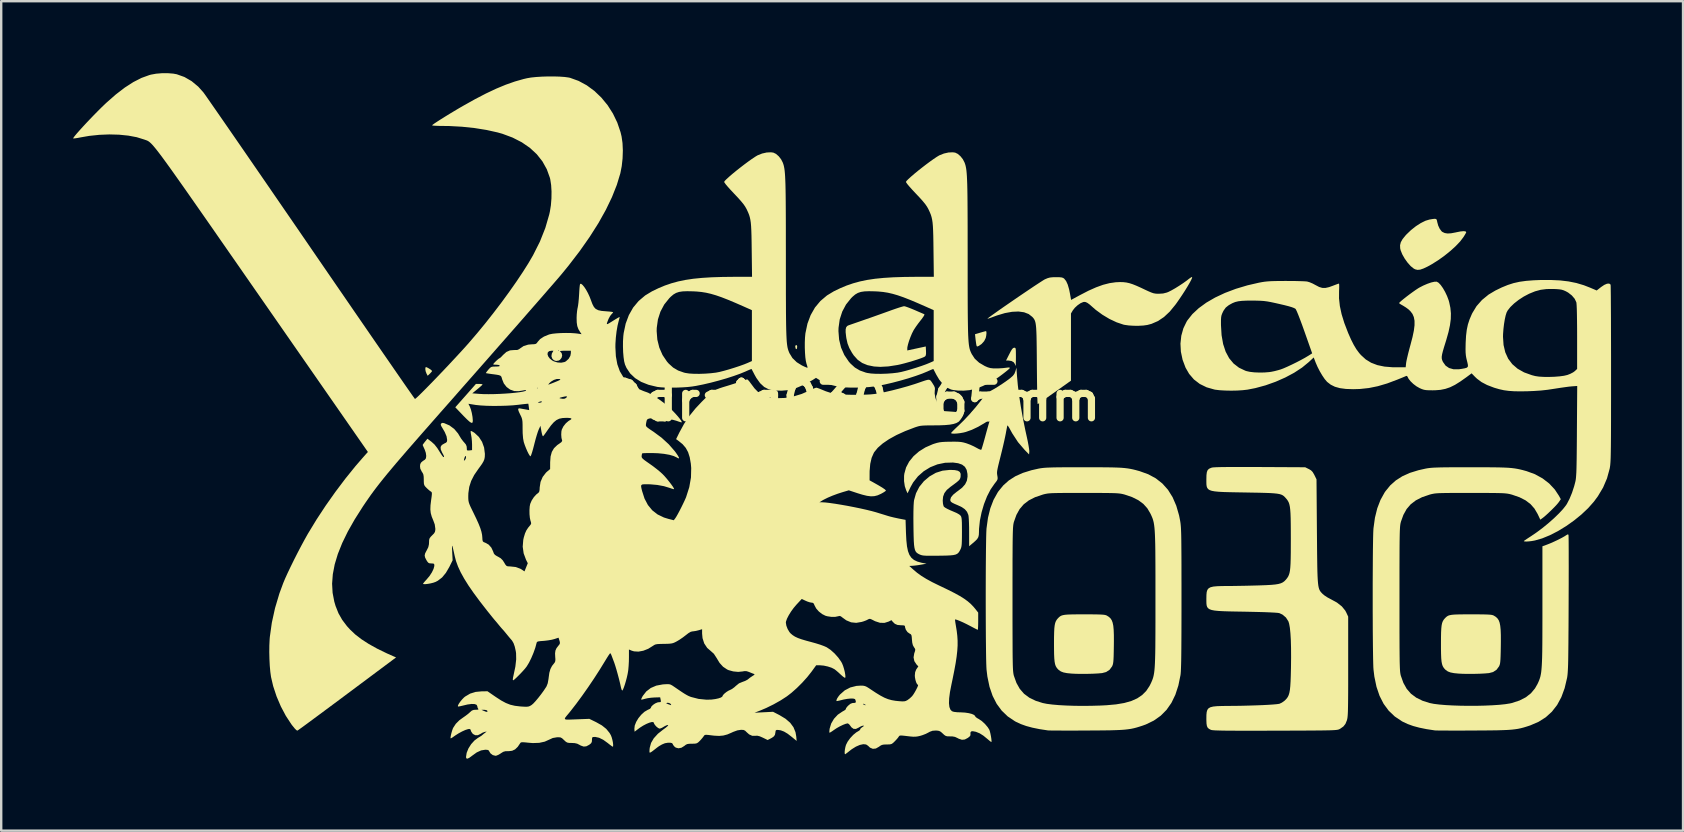
<source format=kicad_pcb>
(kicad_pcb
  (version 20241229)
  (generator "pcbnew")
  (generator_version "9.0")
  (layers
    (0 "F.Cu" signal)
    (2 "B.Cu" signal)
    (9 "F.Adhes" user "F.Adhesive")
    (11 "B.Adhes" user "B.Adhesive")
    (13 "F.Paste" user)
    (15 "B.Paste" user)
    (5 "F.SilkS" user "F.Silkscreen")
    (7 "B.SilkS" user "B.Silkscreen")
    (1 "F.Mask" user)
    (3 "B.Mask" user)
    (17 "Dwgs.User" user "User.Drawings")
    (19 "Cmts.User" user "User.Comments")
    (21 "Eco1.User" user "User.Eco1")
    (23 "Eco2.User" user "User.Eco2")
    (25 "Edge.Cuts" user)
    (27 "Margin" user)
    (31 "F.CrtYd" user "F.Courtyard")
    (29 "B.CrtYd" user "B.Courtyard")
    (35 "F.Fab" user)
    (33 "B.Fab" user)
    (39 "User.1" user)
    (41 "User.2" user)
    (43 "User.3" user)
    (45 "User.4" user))
  (footprint "Ddraig030-65mm"
    (layer "F.Cu")
    (at 32.529 13.672)
    (property "Reference" "Ddraig030-65mm" (at 0 0 0) (layer "F.SilkS") (effects (font (size 1.524 1.524) (thickness 0.3))))
    (attr board_only exclude_from_pos_files exclude_from_bom)
    (fp_poly (pts (xy -2.371 -2.336) (xy -2.358 -2.288) (xy -2.358 -2.262) (xy -2.367 -2.197) (xy -2.389 -2.169) (xy -2.389 -2.169) (xy -2.42 -2.191) (xy -2.421 -2.198) (xy -2.431 -2.251) (xy -2.438 -2.272) (xy -2.429 -2.321) (xy -2.407 -2.337)) (stroke (width 0) (type solid)) (fill yes) (layer "F.SilkS"))
    (fp_poly (pts (xy -17.803 -1.418) (xy -17.739 -1.387) (xy -17.667 -1.343) (xy -17.605 -1.297) (xy -17.573 -1.263) (xy -17.573 -1.259) (xy -17.593 -1.226) (xy -17.645 -1.169) (xy -17.664 -1.15) (xy -17.756 -1.062) (xy -17.806 -1.158) (xy -17.842 -1.255) (xy -17.855 -1.348) (xy -17.843 -1.414) (xy -17.836 -1.423)) (stroke (width 0) (type solid)) (fill yes) (layer "F.SilkS"))
    (fp_poly (pts (xy 5.529 -2.896) (xy 5.531 -2.826) (xy 5.521 -2.731) (xy 5.501 -2.637) (xy 5.436 -2.506) (xy 5.328 -2.386) (xy 5.214 -2.308) (xy 5.154 -2.282) (xy 5.127 -2.294) (xy 5.113 -2.335) (xy 5.101 -2.403) (xy 5.086 -2.509) (xy 5.075 -2.599) (xy 5.054 -2.793) (xy 5.273 -2.858) (xy 5.383 -2.89) (xy 5.468 -2.913) (xy 5.511 -2.923) (xy 5.512 -2.924)) (stroke (width 0) (type solid)) (fill yes) (layer "F.SilkS"))
    (fp_poly (pts (xy 6.718 -2.229) (xy 6.738 -2.215) (xy 6.75 -2.179) (xy 6.756 -2.111) (xy 6.758 -1.999) (xy 6.759 -1.855) (xy 6.758 -1.709) (xy 6.755 -1.59) (xy 6.751 -1.508) (xy 6.746 -1.477) (xy 6.746 -1.477) (xy 6.73 -1.504) (xy 6.716 -1.551) (xy 6.667 -1.625) (xy 6.573 -1.677) (xy 6.45 -1.697) (xy 6.442 -1.698) (xy 6.348 -1.698) (xy 6.483 -1.964) (xy 6.551 -2.094) (xy 6.602 -2.175) (xy 6.644 -2.217) (xy 6.684 -2.231) (xy 6.688 -2.231)) (stroke (width 0) (type solid)) (fill yes) (layer "F.SilkS"))
    (fp_poly (pts (xy 24.27 -7.594) (xy 24.296 -7.562) (xy 24.311 -7.505) (xy 24.316 -7.474) (xy 24.358 -7.32) (xy 24.423 -7.183) (xy 24.501 -7.081) (xy 24.533 -7.056) (xy 24.631 -7.01) (xy 24.748 -6.991) (xy 24.896 -7) (xy 25.088 -7.036) (xy 25.108 -7.041) (xy 25.289 -7.077) (xy 25.421 -7.089) (xy 25.501 -7.077) (xy 25.526 -7.044) (xy 25.51 -7.008) (xy 25.468 -6.934) (xy 25.408 -6.839) (xy 25.405 -6.834) (xy 25.27 -6.657) (xy 25.087 -6.465) (xy 24.868 -6.266) (xy 24.624 -6.069) (xy 24.364 -5.882) (xy 24.1 -5.716) (xy 23.913 -5.612) (xy 23.741 -5.531) (xy 23.606 -5.485) (xy 23.497 -5.475) (xy 23.402 -5.497) (xy 23.34 -5.528) (xy 23.213 -5.63) (xy 23.083 -5.775) (xy 22.961 -5.945) (xy 22.86 -6.123) (xy 22.792 -6.292) (xy 22.773 -6.372) (xy 22.768 -6.502) (xy 22.799 -6.626) (xy 22.872 -6.757) (xy 22.992 -6.905) (xy 23.035 -6.952) (xy 23.226 -7.135) (xy 23.43 -7.296) (xy 23.635 -7.428) (xy 23.829 -7.523) (xy 23.992 -7.572) (xy 24.13 -7.595) (xy 24.218 -7.604)) (stroke (width 0) (type solid)) (fill yes) (layer "F.SilkS"))
    (fp_poly (pts (xy 9.862 8.881) (xy 10.065 8.882) (xy 10.221 8.886) (xy 10.337 8.891) (xy 10.421 8.898) (xy 10.481 8.908) (xy 10.525 8.922) (xy 10.552 8.935) (xy 10.634 8.987) (xy 10.701 9.049) (xy 10.752 9.126) (xy 10.79 9.227) (xy 10.817 9.357) (xy 10.833 9.525) (xy 10.841 9.737) (xy 10.842 10) (xy 10.84 10.201) (xy 10.836 10.437) (xy 10.832 10.619) (xy 10.826 10.756) (xy 10.818 10.858) (xy 10.807 10.932) (xy 10.793 10.988) (xy 10.773 11.035) (xy 10.767 11.049) (xy 10.663 11.19) (xy 10.518 11.285) (xy 10.35 11.329) (xy 10.179 11.344) (xy 9.965 11.355) (xy 9.727 11.361) (xy 9.487 11.362) (xy 9.263 11.359) (xy 9.085 11.35) (xy 8.889 11.331) (xy 8.742 11.302) (xy 8.632 11.26) (xy 8.545 11.2) (xy 8.499 11.155) (xy 8.453 11.097) (xy 8.417 11.033) (xy 8.39 10.953) (xy 8.371 10.85) (xy 8.358 10.714) (xy 8.35 10.539) (xy 8.347 10.316) (xy 8.346 10.107) (xy 8.347 9.841) (xy 8.352 9.629) (xy 8.36 9.464) (xy 8.375 9.337) (xy 8.396 9.24) (xy 8.425 9.165) (xy 8.463 9.102) (xy 8.499 9.058) (xy 8.547 9.008) (xy 8.594 8.968) (xy 8.648 8.937) (xy 8.716 8.915) (xy 8.806 8.899) (xy 8.927 8.889) (xy 9.086 8.884) (xy 9.29 8.881) (xy 9.548 8.881) (xy 9.604 8.881)) (stroke (width 0) (type solid)) (fill yes) (layer "F.SilkS"))
    (fp_poly (pts (xy 25.988 8.881) (xy 26.191 8.882) (xy 26.347 8.886) (xy 26.463 8.891) (xy 26.548 8.898) (xy 26.608 8.908) (xy 26.651 8.922) (xy 26.678 8.935) (xy 26.761 8.987) (xy 26.827 9.049) (xy 26.879 9.126) (xy 26.917 9.227) (xy 26.943 9.357) (xy 26.96 9.525) (xy 26.968 9.737) (xy 26.969 10) (xy 26.967 10.201) (xy 26.963 10.437) (xy 26.958 10.619) (xy 26.952 10.756) (xy 26.944 10.858) (xy 26.934 10.932) (xy 26.919 10.988) (xy 26.9 11.035) (xy 26.893 11.049) (xy 26.789 11.19) (xy 26.644 11.285) (xy 26.476 11.329) (xy 26.305 11.344) (xy 26.091 11.355) (xy 25.854 11.361) (xy 25.613 11.362) (xy 25.389 11.359) (xy 25.211 11.35) (xy 25.015 11.331) (xy 24.869 11.302) (xy 24.759 11.26) (xy 24.672 11.2) (xy 24.626 11.155) (xy 24.58 11.097) (xy 24.544 11.033) (xy 24.517 10.953) (xy 24.497 10.85) (xy 24.484 10.714) (xy 24.477 10.539) (xy 24.473 10.316) (xy 24.473 10.107) (xy 24.474 9.841) (xy 24.478 9.629) (xy 24.487 9.464) (xy 24.501 9.337) (xy 24.522 9.24) (xy 24.551 9.165) (xy 24.589 9.102) (xy 24.626 9.058) (xy 24.674 9.008) (xy 24.721 8.968) (xy 24.774 8.937) (xy 24.842 8.915) (xy 24.933 8.899) (xy 25.054 8.889) (xy 25.212 8.884) (xy 25.416 8.881) (xy 25.674 8.881) (xy 25.73 8.881)) (stroke (width 0) (type solid)) (fill yes) (layer "F.SilkS"))
    (fp_poly (pts (xy 2.154 -3.949) (xy 2.251 -3.916) (xy 2.379 -3.867) (xy 2.524 -3.807) (xy 2.538 -3.801) (xy 2.68 -3.739) (xy 2.804 -3.686) (xy 2.895 -3.647) (xy 2.942 -3.626) (xy 2.945 -3.626) (xy 2.943 -3.596) (xy 2.904 -3.527) (xy 2.832 -3.426) (xy 2.786 -3.368) (xy 2.687 -3.24) (xy 2.591 -3.107) (xy 2.514 -2.99) (xy 2.492 -2.954) (xy 2.427 -2.826) (xy 2.363 -2.673) (xy 2.305 -2.515) (xy 2.261 -2.368) (xy 2.235 -2.251) (xy 2.232 -2.208) (xy 2.232 -2.117) (xy 3.002 -2.283) (xy 3.012 -2.093) (xy 3.013 -1.98) (xy 3.002 -1.911) (xy 2.975 -1.87) (xy 2.964 -1.862) (xy 2.903 -1.831) (xy 2.792 -1.788) (xy 2.646 -1.738) (xy 2.476 -1.684) (xy 2.294 -1.63) (xy 2.114 -1.58) (xy 1.948 -1.538) (xy 1.825 -1.511) (xy 1.445 -1.452) (xy 1.105 -1.433) (xy 0.843 -1.449) (xy 0.575 -1.504) (xy 0.353 -1.595) (xy 0.164 -1.729) (xy -0.000326 -1.912) (xy -0.074 -2.021) (xy -0.184 -2.218) (xy -0.259 -2.411) (xy -0.307 -2.628) (xy -0.317 -2.696) (xy -0.337 -2.873) (xy -0.336 -3) (xy -0.313 -3.086) (xy -0.266 -3.14) (xy -0.212 -3.166) (xy -0.143 -3.19) (xy -0.03 -3.229) (xy 0.111 -3.278) (xy 0.265 -3.331) (xy 0.267 -3.332) (xy 0.504 -3.415) (xy 0.724 -3.491) (xy 0.943 -3.569) (xy 1.179 -3.653) (xy 1.449 -3.75) (xy 1.59 -3.801) (xy 1.751 -3.857) (xy 1.895 -3.905) (xy 2.011 -3.94) (xy 2.084 -3.959) (xy 2.1 -3.961)) (stroke (width 0) (type solid)) (fill yes) (layer "F.SilkS"))
    (fp_poly (pts (xy 4.212 2.869) (xy 4.341 2.896) (xy 4.42 2.946) (xy 4.456 3.024) (xy 4.454 3.134) (xy 4.45 3.162) (xy 4.438 3.209) (xy 4.417 3.252) (xy 4.38 3.297) (xy 4.317 3.353) (xy 4.222 3.427) (xy 4.086 3.528) (xy 4.033 3.566) (xy 3.878 3.696) (xy 3.778 3.828) (xy 3.724 3.976) (xy 3.709 4.141) (xy 3.719 4.272) (xy 3.744 4.369) (xy 3.756 4.391) (xy 3.806 4.432) (xy 3.901 4.486) (xy 4.027 4.545) (xy 4.106 4.578) (xy 4.283 4.654) (xy 4.401 4.721) (xy 4.46 4.776) (xy 4.478 4.813) (xy 4.492 4.866) (xy 4.501 4.945) (xy 4.507 5.058) (xy 4.509 5.215) (xy 4.51 5.424) (xy 4.51 5.453) (xy 4.509 5.666) (xy 4.506 5.827) (xy 4.501 5.946) (xy 4.492 6.032) (xy 4.478 6.096) (xy 4.46 6.148) (xy 4.447 6.175) (xy 4.406 6.253) (xy 4.363 6.314) (xy 4.312 6.358) (xy 4.243 6.39) (xy 4.148 6.411) (xy 4.017 6.424) (xy 3.844 6.432) (xy 3.619 6.436) (xy 3.542 6.437) (xy 3.317 6.439) (xy 3.144 6.439) (xy 3.016 6.437) (xy 2.922 6.431) (xy 2.852 6.421) (xy 2.798 6.406) (xy 2.749 6.386) (xy 2.748 6.386) (xy 2.682 6.352) (xy 2.628 6.315) (xy 2.586 6.266) (xy 2.554 6.2) (xy 2.531 6.109) (xy 2.514 5.987) (xy 2.503 5.825) (xy 2.496 5.619) (xy 2.491 5.36) (xy 2.489 5.209) (xy 2.486 4.872) (xy 2.488 4.592) (xy 2.494 4.369) (xy 2.504 4.205) (xy 2.514 4.124) (xy 2.596 3.833) (xy 2.732 3.568) (xy 2.92 3.336) (xy 2.921 3.334) (xy 3.165 3.128) (xy 3.424 2.981) (xy 3.702 2.893) (xy 4.004 2.861) (xy 4.028 2.861)) (stroke (width 0) (type solid)) (fill yes) (layer "F.SilkS"))
    (fp_poly (pts (xy 14.099 -5.139) (xy 14.064 -5.058) (xy 14.002 -4.941) (xy 13.918 -4.796) (xy 13.817 -4.631) (xy 13.703 -4.454) (xy 13.582 -4.273) (xy 13.458 -4.095) (xy 13.403 -4.02) (xy 13.17 -3.736) (xy 12.93 -3.511) (xy 12.678 -3.342) (xy 12.411 -3.226) (xy 12.235 -3.179) (xy 12.073 -3.156) (xy 11.875 -3.145) (xy 11.663 -3.146) (xy 11.461 -3.159) (xy 11.291 -3.183) (xy 11.243 -3.193) (xy 10.957 -3.289) (xy 10.657 -3.43) (xy 10.362 -3.607) (xy 10.087 -3.808) (xy 9.963 -3.916) (xy 9.837 -4.027) (xy 9.742 -4.097) (xy 9.668 -4.133) (xy 9.603 -4.141) (xy 9.564 -4.134) (xy 9.452 -4.086) (xy 9.328 -4) (xy 9.214 -3.895) (xy 9.13 -3.788) (xy 9.129 -3.786) (xy 9.053 -3.657) (xy 9.053 -0.858) (xy 8.372 -0.374) (xy 8.189 -0.245) (xy 8.024 -0.128) (xy 7.882 -0.028) (xy 7.77 0.05) (xy 7.696 0.101) (xy 7.667 0.12) (xy 7.662 0.091) (xy 7.657 0.006) (xy 7.652 -0.131) (xy 7.648 -0.314) (xy 7.643 -0.536) (xy 7.639 -0.793) (xy 7.636 -1.077) (xy 7.633 -1.384) (xy 7.632 -1.515) (xy 7.629 -1.898) (xy 7.626 -2.223) (xy 7.622 -2.496) (xy 7.618 -2.722) (xy 7.611 -2.906) (xy 7.603 -3.054) (xy 7.591 -3.171) (xy 7.577 -3.262) (xy 7.558 -3.333) (xy 7.536 -3.389) (xy 7.509 -3.435) (xy 7.477 -3.477) (xy 7.441 -3.516) (xy 7.291 -3.634) (xy 7.099 -3.708) (xy 6.867 -3.74) (xy 6.6 -3.728) (xy 6.3 -3.674) (xy 5.972 -3.576) (xy 5.83 -3.524) (xy 5.717 -3.482) (xy 5.628 -3.452) (xy 5.578 -3.439) (xy 5.572 -3.439) (xy 5.593 -3.46) (xy 5.66 -3.512) (xy 5.767 -3.59) (xy 5.908 -3.69) (xy 6.076 -3.809) (xy 6.265 -3.941) (xy 6.47 -4.082) (xy 6.683 -4.229) (xy 6.899 -4.377) (xy 7.112 -4.521) (xy 7.315 -4.658) (xy 7.502 -4.784) (xy 7.668 -4.893) (xy 7.805 -4.982) (xy 7.907 -5.047) (xy 7.969 -5.083) (xy 7.975 -5.085) (xy 8.081 -5.13) (xy 8.178 -5.156) (xy 8.29 -5.168) (xy 8.429 -5.171) (xy 8.569 -5.169) (xy 8.662 -5.16) (xy 8.724 -5.141) (xy 8.77 -5.11) (xy 8.772 -5.108) (xy 8.851 -5.009) (xy 8.918 -4.862) (xy 8.976 -4.662) (xy 9.007 -4.509) (xy 9.059 -4.223) (xy 9.426 -4.422) (xy 9.782 -4.606) (xy 10.101 -4.748) (xy 10.391 -4.853) (xy 10.661 -4.922) (xy 10.918 -4.959) (xy 11.1 -4.967) (xy 11.235 -4.963) (xy 11.359 -4.949) (xy 11.484 -4.922) (xy 11.622 -4.878) (xy 11.784 -4.813) (xy 11.982 -4.724) (xy 12.118 -4.659) (xy 12.277 -4.585) (xy 12.394 -4.535) (xy 12.485 -4.503) (xy 12.565 -4.487) (xy 12.65 -4.48) (xy 12.716 -4.48) (xy 12.893 -4.491) (xy 13.044 -4.529) (xy 13.109 -4.554) (xy 13.235 -4.617) (xy 13.394 -4.707) (xy 13.567 -4.815) (xy 13.737 -4.928) (xy 13.887 -5.036) (xy 13.95 -5.086) (xy 14.027 -5.143) (xy 14.084 -5.175) (xy 14.103 -5.177)) (stroke (width 0) (type solid)) (fill yes) (layer "F.SilkS"))
    (fp_poly (pts (xy 6.804 -1.053) (xy 6.838 -0.672) (xy 6.891 -0.244) (xy 6.963 0.22) (xy 7.05 0.709) (xy 7.152 1.211) (xy 7.214 1.491) (xy 7.252 1.669) (xy 7.283 1.834) (xy 7.306 1.972) (xy 7.317 2.071) (xy 7.317 2.104) (xy 7.307 2.216) (xy 7.126 2.031) (xy 6.847 1.705) (xy 6.606 1.337) (xy 6.535 1.208) (xy 6.479 1.106) (xy 6.434 1.036) (xy 6.406 1.008) (xy 6.401 1.012) (xy 6.391 1.059) (xy 6.373 1.153) (xy 6.349 1.276) (xy 6.336 1.352) (xy 6.31 1.478) (xy 6.273 1.65) (xy 6.227 1.851) (xy 6.176 2.066) (xy 6.123 2.279) (xy 6.069 2.495) (xy 6.028 2.66) (xy 6 2.784) (xy 5.982 2.875) (xy 5.973 2.945) (xy 5.972 3.001) (xy 5.977 3.056) (xy 5.987 3.117) (xy 5.99 3.132) (xy 5.998 3.203) (xy 5.99 3.26) (xy 5.958 3.321) (xy 5.894 3.405) (xy 5.866 3.44) (xy 5.702 3.678) (xy 5.555 3.964) (xy 5.429 4.285) (xy 5.329 4.626) (xy 5.258 4.973) (xy 5.222 5.314) (xy 5.219 5.455) (xy 5.213 5.572) (xy 5.192 5.662) (xy 5.145 5.741) (xy 5.063 5.826) (xy 4.967 5.909) (xy 4.81 6.041) (xy 4.809 5.449) (xy 4.808 5.254) (xy 4.803 5.073) (xy 4.796 4.918) (xy 4.787 4.802) (xy 4.777 4.74) (xy 4.722 4.608) (xy 4.631 4.501) (xy 4.496 4.408) (xy 4.345 4.337) (xy 4.204 4.277) (xy 4.111 4.231) (xy 4.057 4.193) (xy 4.031 4.156) (xy 4.024 4.11) (xy 4.024 4.103) (xy 4.053 4.005) (xy 4.142 3.896) (xy 4.291 3.774) (xy 4.337 3.742) (xy 4.518 3.602) (xy 4.642 3.462) (xy 4.715 3.312) (xy 4.743 3.143) (xy 4.74 3.029) (xy 4.706 2.86) (xy 4.633 2.732) (xy 4.516 2.641) (xy 4.351 2.583) (xy 4.137 2.554) (xy 3.807 2.564) (xy 3.488 2.63) (xy 3.188 2.75) (xy 2.915 2.918) (xy 2.675 3.13) (xy 2.476 3.383) (xy 2.368 3.576) (xy 2.244 3.836) (xy 2.188 3.718) (xy 2.128 3.54) (xy 2.097 3.329) (xy 2.098 3.109) (xy 2.109 3.019) (xy 2.181 2.759) (xy 2.31 2.515) (xy 2.492 2.29) (xy 2.72 2.091) (xy 2.991 1.922) (xy 3.299 1.788) (xy 3.359 1.768) (xy 3.469 1.735) (xy 3.573 1.712) (xy 3.686 1.698) (xy 3.826 1.69) (xy 4.009 1.686) (xy 4.039 1.686) (xy 4.226 1.685) (xy 4.366 1.689) (xy 4.475 1.699) (xy 4.57 1.717) (xy 4.668 1.744) (xy 4.709 1.757) (xy 4.853 1.811) (xy 5.003 1.879) (xy 5.115 1.939) (xy 5.208 1.989) (xy 5.281 2.019) (xy 5.316 2.021) (xy 5.331 1.984) (xy 5.359 1.896) (xy 5.397 1.768) (xy 5.442 1.609) (xy 5.486 1.447) (xy 5.535 1.266) (xy 5.581 1.102) (xy 5.619 0.966) (xy 5.647 0.87) (xy 5.66 0.828) (xy 5.667 0.798) (xy 5.649 0.793) (xy 5.599 0.817) (xy 5.508 0.873) (xy 5.468 0.899) (xy 5.191 1.062) (xy 4.92 1.191) (xy 4.669 1.28) (xy 4.573 1.304) (xy 4.433 1.329) (xy 4.298 1.345) (xy 4.182 1.351) (xy 4.096 1.346) (xy 4.057 1.331) (xy 4.055 1.327) (xy 4.077 1.297) (xy 4.137 1.234) (xy 4.226 1.146) (xy 4.336 1.042) (xy 4.358 1.022) (xy 4.595 0.79) (xy 4.845 0.522) (xy 5.091 0.237) (xy 5.317 -0.046) (xy 5.372 -0.12) (xy 5.48 -0.256) (xy 5.577 -0.35) (xy 5.679 -0.418) (xy 5.702 -0.43) (xy 5.846 -0.509) (xy 6.02 -0.615) (xy 6.204 -0.735) (xy 6.38 -0.857) (xy 6.528 -0.968) (xy 6.53 -0.97) (xy 6.633 -1.061) (xy 6.696 -1.145) (xy 6.736 -1.246) (xy 6.738 -1.25) (xy 6.781 -1.399)) (stroke (width 0) (type solid)) (fill yes) (layer "F.SilkS"))
    (fp_poly (pts (xy 16.671 2.74) (xy 16.928 2.741) (xy 18.814 2.751) (xy 18.962 2.824) (xy 19.057 2.879) (xy 19.124 2.947) (xy 19.185 3.049) (xy 19.198 3.075) (xy 19.286 3.254) (xy 19.303 5.423) (xy 19.307 5.866) (xy 19.31 6.25) (xy 19.314 6.581) (xy 19.318 6.863) (xy 19.323 7.1) (xy 19.33 7.296) (xy 19.339 7.458) (xy 19.35 7.588) (xy 19.363 7.692) (xy 19.38 7.773) (xy 19.4 7.838) (xy 19.425 7.889) (xy 19.453 7.933) (xy 19.486 7.972) (xy 19.525 8.013) (xy 19.538 8.026) (xy 19.623 8.097) (xy 19.742 8.175) (xy 19.869 8.243) (xy 19.876 8.246) (xy 20.139 8.39) (xy 20.341 8.549) (xy 20.483 8.723) (xy 20.523 8.797) (xy 20.606 8.975) (xy 20.606 11.05) (xy 20.606 11.466) (xy 20.606 11.825) (xy 20.605 12.13) (xy 20.603 12.387) (xy 20.601 12.6) (xy 20.598 12.775) (xy 20.595 12.915) (xy 20.59 13.027) (xy 20.584 13.114) (xy 20.577 13.181) (xy 20.568 13.234) (xy 20.558 13.277) (xy 20.552 13.299) (xy 20.492 13.445) (xy 20.407 13.553) (xy 20.28 13.643) (xy 20.245 13.663) (xy 20.222 13.674) (xy 20.195 13.683) (xy 20.159 13.691) (xy 20.109 13.698) (xy 20.042 13.704) (xy 19.953 13.709) (xy 19.838 13.713) (xy 19.693 13.716) (xy 19.514 13.719) (xy 19.297 13.721) (xy 19.036 13.723) (xy 18.73 13.725) (xy 18.372 13.726) (xy 17.959 13.728) (xy 17.557 13.729) (xy 17.077 13.73) (xy 16.657 13.731) (xy 16.292 13.731) (xy 15.979 13.73) (xy 15.713 13.729) (xy 15.493 13.727) (xy 15.312 13.724) (xy 15.169 13.72) (xy 15.059 13.716) (xy 14.978 13.71) (xy 14.923 13.704) (xy 14.89 13.696) (xy 14.885 13.694) (xy 14.805 13.653) (xy 14.751 13.604) (xy 14.719 13.535) (xy 14.702 13.433) (xy 14.696 13.285) (xy 14.696 13.219) (xy 14.698 13.069) (xy 14.71 12.951) (xy 14.737 12.861) (xy 14.787 12.796) (xy 14.867 12.751) (xy 14.982 12.723) (xy 15.141 12.707) (xy 15.349 12.7) (xy 15.599 12.697) (xy 15.902 12.695) (xy 16.207 12.69) (xy 16.504 12.682) (xy 16.787 12.673) (xy 17.048 12.663) (xy 17.28 12.651) (xy 17.474 12.638) (xy 17.624 12.625) (xy 17.722 12.611) (xy 17.745 12.606) (xy 17.844 12.559) (xy 17.947 12.486) (xy 17.985 12.452) (xy 18.042 12.39) (xy 18.089 12.324) (xy 18.126 12.247) (xy 18.155 12.152) (xy 18.177 12.032) (xy 18.193 11.879) (xy 18.205 11.685) (xy 18.214 11.445) (xy 18.221 11.149) (xy 18.222 11.113) (xy 18.227 10.677) (xy 18.225 10.29) (xy 18.216 9.953) (xy 18.199 9.669) (xy 18.176 9.441) (xy 18.145 9.27) (xy 18.115 9.174) (xy 18.012 9.013) (xy 17.868 8.891) (xy 17.737 8.83) (xy 17.67 8.819) (xy 17.541 8.809) (xy 17.354 8.799) (xy 17.108 8.789) (xy 16.806 8.781) (xy 16.45 8.773) (xy 16.315 8.77) (xy 15.955 8.764) (xy 15.652 8.758) (xy 15.402 8.75) (xy 15.2 8.739) (xy 15.041 8.723) (xy 14.919 8.7) (xy 14.83 8.668) (xy 14.768 8.626) (xy 14.729 8.573) (xy 14.707 8.505) (xy 14.698 8.423) (xy 14.696 8.323) (xy 14.696 8.22) (xy 14.699 8.069) (xy 14.71 7.951) (xy 14.738 7.861) (xy 14.79 7.796) (xy 14.871 7.751) (xy 14.988 7.723) (xy 15.149 7.708) (xy 15.361 7.701) (xy 15.583 7.7) (xy 15.802 7.698) (xy 16.062 7.694) (xy 16.344 7.689) (xy 16.625 7.682) (xy 16.886 7.675) (xy 16.912 7.674) (xy 17.184 7.664) (xy 17.4 7.652) (xy 17.57 7.636) (xy 17.702 7.614) (xy 17.803 7.585) (xy 17.883 7.547) (xy 17.949 7.498) (xy 18.01 7.435) (xy 18.021 7.422) (xy 18.067 7.363) (xy 18.105 7.304) (xy 18.136 7.236) (xy 18.161 7.155) (xy 18.18 7.053) (xy 18.194 6.925) (xy 18.204 6.764) (xy 18.21 6.564) (xy 18.214 6.319) (xy 18.215 6.022) (xy 18.216 5.737) (xy 18.215 5.393) (xy 18.213 5.105) (xy 18.209 4.868) (xy 18.202 4.675) (xy 18.191 4.52) (xy 18.176 4.396) (xy 18.155 4.298) (xy 18.129 4.219) (xy 18.095 4.154) (xy 18.055 4.095) (xy 18.011 4.043) (xy 17.966 3.993) (xy 17.922 3.951) (xy 17.873 3.917) (xy 17.813 3.889) (xy 17.736 3.867) (xy 17.637 3.85) (xy 17.509 3.837) (xy 17.346 3.826) (xy 17.142 3.819) (xy 16.892 3.812) (xy 16.59 3.807) (xy 16.331 3.802) (xy 15.969 3.796) (xy 15.664 3.79) (xy 15.413 3.783) (xy 15.209 3.772) (xy 15.048 3.756) (xy 14.924 3.734) (xy 14.834 3.703) (xy 14.771 3.662) (xy 14.731 3.609) (xy 14.708 3.543) (xy 14.698 3.461) (xy 14.696 3.363) (xy 14.696 3.252) (xy 14.7 3.078) (xy 14.716 2.955) (xy 14.749 2.871) (xy 14.805 2.815) (xy 14.889 2.777) (xy 14.929 2.764) (xy 14.99 2.756) (xy 15.114 2.749) (xy 15.3 2.744) (xy 15.549 2.741) (xy 15.86 2.739) (xy 16.234 2.739)) (stroke (width 0) (type solid)) (fill yes) (layer "F.SilkS"))
    (fp_poly (pts (xy 26.094 2.751) (xy 26.417 2.752) (xy 26.69 2.754) (xy 26.921 2.758) (xy 27.114 2.764) (xy 27.278 2.772) (xy 27.419 2.784) (xy 27.543 2.799) (xy 27.657 2.818) (xy 27.767 2.841) (xy 27.881 2.869) (xy 28.004 2.903) (xy 28.041 2.913) (xy 28.388 3.04) (xy 28.705 3.214) (xy 28.984 3.429) (xy 29.218 3.68) (xy 29.39 3.941) (xy 29.467 4.082) (xy 29.376 4.214) (xy 29.313 4.291) (xy 29.215 4.397) (xy 29.095 4.518) (xy 28.967 4.641) (xy 28.844 4.754) (xy 28.738 4.844) (xy 28.696 4.875) (xy 28.613 4.935) (xy 28.501 4.698) (xy 28.369 4.473) (xy 28.203 4.285) (xy 27.997 4.129) (xy 27.743 4) (xy 27.436 3.894) (xy 27.421 3.89) (xy 27.362 3.874) (xy 27.304 3.861) (xy 27.242 3.85) (xy 27.169 3.841) (xy 27.08 3.834) (xy 26.967 3.829) (xy 26.825 3.826) (xy 26.647 3.823) (xy 26.427 3.822) (xy 26.159 3.821) (xy 25.836 3.821) (xy 25.714 3.821) (xy 25.372 3.821) (xy 25.087 3.821) (xy 24.852 3.822) (xy 24.661 3.824) (xy 24.507 3.827) (xy 24.385 3.831) (xy 24.289 3.837) (xy 24.211 3.845) (xy 24.146 3.856) (xy 24.087 3.868) (xy 24.028 3.883) (xy 24.001 3.891) (xy 23.686 3.998) (xy 23.425 4.131) (xy 23.212 4.294) (xy 23.041 4.493) (xy 22.907 4.735) (xy 22.803 5.023) (xy 22.802 5.03) (xy 22.792 5.067) (xy 22.783 5.108) (xy 22.776 5.157) (xy 22.769 5.218) (xy 22.764 5.295) (xy 22.759 5.392) (xy 22.755 5.512) (xy 22.752 5.661) (xy 22.749 5.841) (xy 22.747 6.057) (xy 22.746 6.313) (xy 22.745 6.612) (xy 22.744 6.96) (xy 22.744 7.358) (xy 22.744 7.813) (xy 22.744 8.236) (xy 22.744 8.74) (xy 22.744 9.185) (xy 22.744 9.574) (xy 22.745 9.913) (xy 22.746 10.205) (xy 22.748 10.454) (xy 22.75 10.664) (xy 22.752 10.838) (xy 22.756 10.982) (xy 22.76 11.098) (xy 22.765 11.192) (xy 22.77 11.266) (xy 22.777 11.324) (xy 22.785 11.372) (xy 22.793 11.412) (xy 22.802 11.443) (xy 22.907 11.738) (xy 23.046 11.986) (xy 23.223 12.189) (xy 23.443 12.353) (xy 23.71 12.484) (xy 24.001 12.576) (xy 24.175 12.611) (xy 24.401 12.639) (xy 24.67 12.662) (xy 24.971 12.678) (xy 25.295 12.689) (xy 25.632 12.693) (xy 25.971 12.692) (xy 26.302 12.684) (xy 26.616 12.67) (xy 26.902 12.651) (xy 27.15 12.625) (xy 27.351 12.593) (xy 27.428 12.576) (xy 27.743 12.473) (xy 28.006 12.339) (xy 28.221 12.171) (xy 28.392 11.966) (xy 28.497 11.781) (xy 28.532 11.706) (xy 28.563 11.634) (xy 28.589 11.561) (xy 28.613 11.483) (xy 28.632 11.395) (xy 28.649 11.294) (xy 28.662 11.174) (xy 28.673 11.031) (xy 28.682 10.861) (xy 28.689 10.659) (xy 28.694 10.421) (xy 28.697 10.143) (xy 28.699 9.819) (xy 28.7 9.446) (xy 28.701 9.019) (xy 28.701 8.534) (xy 28.701 6.044) (xy 28.897 5.973) (xy 29.035 5.918) (xy 29.194 5.847) (xy 29.359 5.769) (xy 29.511 5.691) (xy 29.633 5.622) (xy 29.683 5.589) (xy 29.744 5.552) (xy 29.776 5.553) (xy 29.787 5.574) (xy 29.79 5.611) (xy 29.792 5.707) (xy 29.794 5.857) (xy 29.795 6.055) (xy 29.796 6.299) (xy 29.796 6.583) (xy 29.797 6.902) (xy 29.796 7.252) (xy 29.796 7.629) (xy 29.794 8.028) (xy 29.793 8.429) (xy 29.791 8.921) (xy 29.789 9.355) (xy 29.786 9.735) (xy 29.784 10.064) (xy 29.781 10.347) (xy 29.778 10.588) (xy 29.775 10.792) (xy 29.771 10.962) (xy 29.766 11.104) (xy 29.76 11.22) (xy 29.754 11.316) (xy 29.747 11.395) (xy 29.739 11.461) (xy 29.73 11.52) (xy 29.727 11.534) (xy 29.627 11.958) (xy 29.49 12.331) (xy 29.314 12.657) (xy 29.098 12.935) (xy 28.841 13.169) (xy 28.541 13.359) (xy 28.198 13.507) (xy 28.166 13.518) (xy 28.037 13.56) (xy 27.918 13.596) (xy 27.804 13.626) (xy 27.686 13.651) (xy 27.56 13.67) (xy 27.417 13.686) (xy 27.252 13.698) (xy 27.057 13.706) (xy 26.827 13.713) (xy 26.554 13.717) (xy 26.231 13.72) (xy 25.853 13.722) (xy 25.84 13.722) (xy 25.533 13.724) (xy 25.243 13.725) (xy 24.976 13.725) (xy 24.74 13.724) (xy 24.539 13.723) (xy 24.382 13.722) (xy 24.274 13.72) (xy 24.222 13.718) (xy 24.221 13.718) (xy 23.87 13.664) (xy 23.571 13.603) (xy 23.314 13.534) (xy 23.089 13.453) (xy 22.885 13.358) (xy 22.838 13.332) (xy 22.545 13.135) (xy 22.293 12.894) (xy 22.083 12.609) (xy 21.914 12.278) (xy 21.786 11.901) (xy 21.697 11.475) (xy 21.662 11.188) (xy 21.655 11.089) (xy 21.65 10.933) (xy 21.645 10.727) (xy 21.641 10.476) (xy 21.637 10.186) (xy 21.634 9.864) (xy 21.631 9.516) (xy 21.63 9.148) (xy 21.628 8.765) (xy 21.628 8.374) (xy 21.628 7.981) (xy 21.628 7.592) (xy 21.63 7.213) (xy 21.632 6.851) (xy 21.634 6.511) (xy 21.637 6.199) (xy 21.641 5.922) (xy 21.645 5.685) (xy 21.65 5.494) (xy 21.656 5.357) (xy 21.66 5.297) (xy 21.721 4.855) (xy 21.818 4.462) (xy 21.952 4.113) (xy 22.123 3.804) (xy 22.162 3.748) (xy 22.36 3.505) (xy 22.592 3.299) (xy 22.861 3.127) (xy 23.173 2.986) (xy 23.535 2.874) (xy 23.833 2.807) (xy 23.906 2.794) (xy 23.984 2.783) (xy 24.072 2.774) (xy 24.177 2.767) (xy 24.304 2.762) (xy 24.46 2.757) (xy 24.651 2.754) (xy 24.882 2.752) (xy 25.161 2.751) (xy 25.493 2.751) (xy 25.714 2.751)) (stroke (width 0) (type solid)) (fill yes) (layer "F.SilkS"))
    (fp_poly (pts (xy 9.967 2.751) (xy 10.29 2.752) (xy 10.564 2.754) (xy 10.794 2.758) (xy 10.988 2.764) (xy 11.152 2.772) (xy 11.293 2.784) (xy 11.416 2.799) (xy 11.53 2.818) (xy 11.641 2.841) (xy 11.754 2.869) (xy 11.877 2.903) (xy 11.914 2.913) (xy 12.273 3.042) (xy 12.589 3.213) (xy 12.863 3.429) (xy 13.096 3.69) (xy 13.288 3.998) (xy 13.442 4.354) (xy 13.559 4.759) (xy 13.601 4.971) (xy 13.611 5.03) (xy 13.62 5.092) (xy 13.627 5.162) (xy 13.634 5.242) (xy 13.639 5.339) (xy 13.644 5.455) (xy 13.648 5.595) (xy 13.651 5.763) (xy 13.653 5.964) (xy 13.655 6.201) (xy 13.657 6.479) (xy 13.658 6.802) (xy 13.658 7.175) (xy 13.659 7.6) (xy 13.659 8.083) (xy 13.659 8.22) (xy 13.659 8.752) (xy 13.658 9.224) (xy 13.657 9.64) (xy 13.655 10.004) (xy 13.653 10.317) (xy 13.65 10.585) (xy 13.647 10.81) (xy 13.642 10.996) (xy 13.637 11.146) (xy 13.632 11.263) (xy 13.625 11.351) (xy 13.618 11.411) (xy 13.529 11.847) (xy 13.403 12.233) (xy 13.239 12.571) (xy 13.036 12.861) (xy 12.792 13.106) (xy 12.506 13.308) (xy 12.177 13.468) (xy 12.04 13.518) (xy 11.91 13.56) (xy 11.792 13.596) (xy 11.677 13.626) (xy 11.56 13.651) (xy 11.433 13.67) (xy 11.291 13.686) (xy 11.126 13.698) (xy 10.931 13.706) (xy 10.701 13.713) (xy 10.427 13.717) (xy 10.105 13.72) (xy 9.726 13.722) (xy 9.714 13.722) (xy 9.407 13.724) (xy 9.117 13.725) (xy 8.85 13.725) (xy 8.613 13.724) (xy 8.413 13.723) (xy 8.255 13.722) (xy 8.147 13.72) (xy 8.095 13.718) (xy 8.095 13.718) (xy 7.743 13.664) (xy 7.444 13.603) (xy 7.188 13.534) (xy 6.962 13.453) (xy 6.758 13.358) (xy 6.712 13.332) (xy 6.418 13.135) (xy 6.167 12.894) (xy 5.957 12.609) (xy 5.788 12.278) (xy 5.659 11.901) (xy 5.57 11.475) (xy 5.535 11.188) (xy 5.529 11.089) (xy 5.523 10.933) (xy 5.518 10.727) (xy 5.514 10.476) (xy 5.511 10.186) (xy 5.507 9.864) (xy 5.505 9.516) (xy 5.503 9.148) (xy 5.502 8.765) (xy 5.501 8.374) (xy 5.501 8.236) (xy 6.617 8.236) (xy 6.617 8.74) (xy 6.617 9.185) (xy 6.618 9.574) (xy 6.619 9.913) (xy 6.62 10.205) (xy 6.621 10.454) (xy 6.623 10.664) (xy 6.626 10.838) (xy 6.629 10.982) (xy 6.633 11.098) (xy 6.638 11.192) (xy 6.644 11.266) (xy 6.651 11.324) (xy 6.658 11.372) (xy 6.667 11.412) (xy 6.675 11.443) (xy 6.781 11.739) (xy 6.92 11.986) (xy 7.097 12.19) (xy 7.317 12.354) (xy 7.585 12.484) (xy 7.875 12.576) (xy 8.05 12.611) (xy 8.278 12.64) (xy 8.552 12.664) (xy 8.861 12.681) (xy 9.196 12.692) (xy 9.55 12.696) (xy 9.912 12.692) (xy 10.274 12.682) (xy 10.531 12.669) (xy 10.93 12.633) (xy 11.274 12.575) (xy 11.568 12.492) (xy 11.815 12.382) (xy 12.021 12.242) (xy 12.19 12.072) (xy 12.326 11.868) (xy 12.37 11.781) (xy 12.404 11.709) (xy 12.433 11.641) (xy 12.459 11.573) (xy 12.482 11.5) (xy 12.501 11.418) (xy 12.518 11.324) (xy 12.532 11.212) (xy 12.543 11.08) (xy 12.552 10.922) (xy 12.559 10.735) (xy 12.565 10.514) (xy 12.569 10.255) (xy 12.571 9.955) (xy 12.573 9.608) (xy 12.574 9.211) (xy 12.574 8.76) (xy 12.574 8.25) (xy 12.574 8.236) (xy 12.574 7.725) (xy 12.574 7.272) (xy 12.573 6.874) (xy 12.571 6.526) (xy 12.569 6.224) (xy 12.565 5.964) (xy 12.559 5.743) (xy 12.552 5.555) (xy 12.543 5.396) (xy 12.532 5.263) (xy 12.518 5.151) (xy 12.502 5.056) (xy 12.482 4.974) (xy 12.46 4.901) (xy 12.434 4.833) (xy 12.404 4.765) (xy 12.371 4.693) (xy 12.37 4.691) (xy 12.239 4.467) (xy 12.071 4.279) (xy 11.86 4.123) (xy 11.601 3.994) (xy 11.295 3.89) (xy 11.235 3.874) (xy 11.178 3.861) (xy 11.116 3.85) (xy 11.043 3.841) (xy 10.953 3.834) (xy 10.841 3.829) (xy 10.698 3.826) (xy 10.52 3.823) (xy 10.301 3.822) (xy 10.032 3.821) (xy 9.71 3.821) (xy 9.588 3.821) (xy 9.246 3.821) (xy 8.96 3.821) (xy 8.725 3.822) (xy 8.534 3.824) (xy 8.381 3.827) (xy 8.259 3.831) (xy 8.162 3.837) (xy 8.084 3.845) (xy 8.019 3.856) (xy 7.96 3.868) (xy 7.901 3.883) (xy 7.875 3.891) (xy 7.559 3.998) (xy 7.298 4.131) (xy 7.085 4.294) (xy 6.914 4.493) (xy 6.78 4.735) (xy 6.677 5.023) (xy 6.675 5.03) (xy 6.665 5.067) (xy 6.657 5.108) (xy 6.649 5.157) (xy 6.643 5.218) (xy 6.637 5.295) (xy 6.633 5.392) (xy 6.629 5.512) (xy 6.626 5.661) (xy 6.623 5.841) (xy 6.621 6.057) (xy 6.62 6.313) (xy 6.618 6.612) (xy 6.618 6.96) (xy 6.617 7.358) (xy 6.617 7.813) (xy 6.617 8.236) (xy 5.501 8.236) (xy 5.501 7.981) (xy 5.502 7.592) (xy 5.503 7.213) (xy 5.505 6.851) (xy 5.508 6.511) (xy 5.511 6.199) (xy 5.515 5.922) (xy 5.519 5.685) (xy 5.524 5.494) (xy 5.53 5.357) (xy 5.534 5.297) (xy 5.595 4.855) (xy 5.692 4.462) (xy 5.825 4.113) (xy 5.997 3.804) (xy 6.035 3.748) (xy 6.234 3.505) (xy 6.465 3.299) (xy 6.734 3.127) (xy 7.047 2.986) (xy 7.408 2.874) (xy 7.706 2.807) (xy 7.78 2.794) (xy 7.858 2.783) (xy 7.946 2.774) (xy 8.05 2.767) (xy 8.178 2.762) (xy 8.333 2.757) (xy 8.524 2.754) (xy 8.756 2.752) (xy 9.035 2.751) (xy 9.367 2.751) (xy 9.588 2.751)) (stroke (width 0) (type solid)) (fill yes) (layer "F.SilkS"))
    (fp_poly (pts (xy -28.36 -13.654) (xy -28.212 -13.627) (xy -27.893 -13.513) (xy -27.594 -13.341) (xy -27.318 -13.112) (xy -27.107 -12.877) (xy -27.073 -12.831) (xy -27.004 -12.735) (xy -26.904 -12.591) (xy -26.773 -12.403) (xy -26.613 -12.173) (xy -26.425 -11.902) (xy -26.212 -11.594) (xy -25.974 -11.25) (xy -25.713 -10.872) (xy -25.432 -10.465) (xy -25.131 -10.028) (xy -24.813 -9.566) (xy -24.478 -9.08) (xy -24.129 -8.572) (xy -23.767 -8.045) (xy -23.393 -7.502) (xy -23.01 -6.944) (xy -22.619 -6.374) (xy -22.618 -6.372) (xy -22.229 -5.805) (xy -21.849 -5.252) (xy -21.48 -4.715) (xy -21.123 -4.196) (xy -20.781 -3.698) (xy -20.453 -3.222) (xy -20.143 -2.772) (xy -19.851 -2.348) (xy -19.579 -1.954) (xy -19.328 -1.591) (xy -19.101 -1.262) (xy -18.898 -0.969) (xy -18.722 -0.715) (xy -18.573 -0.501) (xy -18.453 -0.33) (xy -18.365 -0.204) (xy -18.308 -0.125) (xy -18.286 -0.095) (xy -18.286 -0.095) (xy -18.253 -0.117) (xy -18.182 -0.18) (xy -18.078 -0.28) (xy -17.946 -0.411) (xy -17.79 -0.568) (xy -17.615 -0.747) (xy -17.426 -0.942) (xy -17.227 -1.15) (xy -17.024 -1.363) (xy -16.821 -1.579) (xy -16.622 -1.792) (xy -16.433 -1.996) (xy -16.258 -2.187) (xy -16.102 -2.361) (xy -16.022 -2.452) (xy -15.683 -2.848) (xy -15.341 -3.264) (xy -15.003 -3.694) (xy -14.673 -4.127) (xy -14.359 -4.557) (xy -14.065 -4.975) (xy -13.798 -5.374) (xy -13.563 -5.744) (xy -13.368 -6.078) (xy -13.365 -6.083) (xy -13.078 -6.654) (xy -12.853 -7.221) (xy -12.69 -7.783) (xy -12.664 -7.898) (xy -12.621 -8.164) (xy -12.598 -8.449) (xy -12.594 -8.737) (xy -12.61 -9.008) (xy -12.646 -9.243) (xy -12.662 -9.31) (xy -12.791 -9.668) (xy -12.974 -9.997) (xy -13.21 -10.295) (xy -13.497 -10.561) (xy -13.833 -10.792) (xy -14.216 -10.988) (xy -14.643 -11.147) (xy -14.846 -11.204) (xy -15.305 -11.306) (xy -15.805 -11.386) (xy -16.329 -11.441) (xy -16.858 -11.47) (xy -17.109 -11.473) (xy -17.271 -11.475) (xy -17.409 -11.48) (xy -17.511 -11.486) (xy -17.566 -11.495) (xy -17.573 -11.499) (xy -17.547 -11.524) (xy -17.474 -11.577) (xy -17.361 -11.652) (xy -17.215 -11.746) (xy -17.044 -11.853) (xy -16.854 -11.97) (xy -16.653 -12.091) (xy -16.448 -12.213) (xy -16.284 -12.308) (xy -15.785 -12.587) (xy -15.325 -12.826) (xy -14.899 -13.027) (xy -14.501 -13.192) (xy -14.123 -13.325) (xy -13.761 -13.428) (xy -13.621 -13.461) (xy -13.448 -13.491) (xy -13.234 -13.513) (xy -12.995 -13.528) (xy -12.742 -13.536) (xy -12.49 -13.536) (xy -12.254 -13.529) (xy -12.045 -13.514) (xy -11.879 -13.491) (xy -11.82 -13.478) (xy -11.465 -13.35) (xy -11.127 -13.167) (xy -10.809 -12.933) (xy -10.518 -12.655) (xy -10.258 -12.339) (xy -10.035 -11.989) (xy -9.854 -11.614) (xy -9.719 -11.217) (xy -9.675 -11.034) (xy -9.636 -10.76) (xy -9.622 -10.449) (xy -9.633 -10.122) (xy -9.668 -9.799) (xy -9.726 -9.502) (xy -9.726 -9.501) (xy -9.873 -9.017) (xy -10.075 -8.508) (xy -10.331 -7.976) (xy -10.641 -7.422) (xy -11.004 -6.85) (xy -11.418 -6.26) (xy -11.882 -5.655) (xy -12.161 -5.313) (xy -12.242 -5.217) (xy -12.363 -5.076) (xy -12.522 -4.892) (xy -12.717 -4.668) (xy -12.946 -4.404) (xy -13.209 -4.103) (xy -13.502 -3.768) (xy -13.824 -3.399) (xy -14.174 -3) (xy -14.55 -2.572) (xy -14.949 -2.118) (xy -15.37 -1.638) (xy -15.812 -1.136) (xy -16.272 -0.614) (xy -16.748 -0.072) (xy -17.24 0.485) (xy -17.241 0.487) (xy -17.633 0.933) (xy -17.986 1.334) (xy -18.303 1.697) (xy -18.587 2.022) (xy -18.84 2.316) (xy -19.066 2.579) (xy -19.267 2.818) (xy -19.447 3.033) (xy -19.608 3.231) (xy -19.753 3.413) (xy -19.885 3.583) (xy -20.008 3.746) (xy -20.123 3.903) (xy -20.233 4.06) (xy -20.343 4.219) (xy -20.454 4.384) (xy -20.455 4.385) (xy -20.796 4.922) (xy -21.083 5.428) (xy -21.317 5.908) (xy -21.499 6.363) (xy -21.63 6.796) (xy -21.709 7.208) (xy -21.739 7.603) (xy -21.718 7.983) (xy -21.648 8.349) (xy -21.594 8.532) (xy -21.473 8.837) (xy -21.318 9.11) (xy -21.12 9.372) (xy -20.987 9.518) (xy -20.768 9.724) (xy -20.51 9.922) (xy -20.21 10.116) (xy -19.861 10.31) (xy -19.458 10.506) (xy -19.179 10.63) (xy -19.073 10.676) (xy -21.105 12.192) (xy -21.421 12.428) (xy -21.724 12.653) (xy -22.008 12.864) (xy -22.271 13.059) (xy -22.508 13.234) (xy -22.716 13.388) (xy -22.89 13.516) (xy -23.028 13.616) (xy -23.124 13.685) (xy -23.175 13.721) (xy -23.183 13.726) (xy -23.225 13.709) (xy -23.297 13.637) (xy -23.4 13.51) (xy -23.434 13.465) (xy -23.665 13.114) (xy -23.874 12.72) (xy -24.053 12.301) (xy -24.194 11.874) (xy -24.284 11.49) (xy -24.313 11.281) (xy -24.336 11.028) (xy -24.35 10.747) (xy -24.357 10.458) (xy -24.354 10.176) (xy -24.342 9.92) (xy -24.334 9.824) (xy -24.251 9.231) (xy -24.117 8.621) (xy -23.935 8.01) (xy -23.775 7.576) (xy -23.695 7.385) (xy -23.589 7.152) (xy -23.463 6.888) (xy -23.324 6.605) (xy -23.177 6.316) (xy -23.028 6.031) (xy -22.883 5.763) (xy -22.749 5.524) (xy -22.726 5.486) (xy -22.384 4.924) (xy -22.006 4.35) (xy -21.603 3.779) (xy -21.187 3.227) (xy -20.769 2.709) (xy -20.476 2.37) (xy -20.248 2.113) (xy -24.684 -4.268) (xy -25.16 -4.952) (xy -25.601 -5.587) (xy -26.009 -6.173) (xy -26.386 -6.715) (xy -26.731 -7.212) (xy -27.048 -7.667) (xy -27.338 -8.082) (xy -27.601 -8.458) (xy -27.839 -8.799) (xy -28.055 -9.105) (xy -28.248 -9.378) (xy -28.42 -9.621) (xy -28.574 -9.835) (xy -28.71 -10.022) (xy -28.829 -10.185) (xy -28.934 -10.324) (xy -29.025 -10.442) (xy -29.104 -10.541) (xy -29.172 -10.623) (xy -29.231 -10.69) (xy -29.282 -10.743) (xy -29.327 -10.784) (xy -29.366 -10.816) (xy -29.402 -10.84) (xy -29.435 -10.858) (xy -29.468 -10.872) (xy -29.501 -10.884) (xy -29.536 -10.896) (xy -29.574 -10.909) (xy -29.583 -10.912) (xy -29.884 -11.005) (xy -30.232 -11.07) (xy -30.615 -11.109) (xy -31.021 -11.12) (xy -31.44 -11.103) (xy -31.861 -11.059) (xy -32.201 -11) (xy -32.333 -10.975) (xy -32.441 -10.958) (xy -32.51 -10.951) (xy -32.529 -10.953) (xy -32.517 -10.984) (xy -32.466 -11.053) (xy -32.382 -11.154) (xy -32.27 -11.281) (xy -32.137 -11.428) (xy -31.987 -11.59) (xy -31.827 -11.759) (xy -31.662 -11.93) (xy -31.498 -12.097) (xy -31.34 -12.254) (xy -31.194 -12.394) (xy -31.142 -12.443) (xy -30.75 -12.787) (xy -30.377 -13.073) (xy -30.021 -13.302) (xy -29.682 -13.475) (xy -29.356 -13.593) (xy -29.285 -13.612) (xy -29.072 -13.651) (xy -28.831 -13.671) (xy -28.586 -13.672)) (stroke (width 0) (type solid)) (fill yes) (layer "F.SilkS"))
    (fp_poly (pts (xy 4.228 -10.361) (xy 4.337 -10.308) (xy 4.449 -10.21) (xy 4.548 -10.085) (xy 4.618 -9.949) (xy 4.638 -9.894) (xy 4.656 -9.836) (xy 4.671 -9.771) (xy 4.685 -9.697) (xy 4.697 -9.609) (xy 4.707 -9.504) (xy 4.716 -9.377) (xy 4.723 -9.226) (xy 4.73 -9.047) (xy 4.735 -8.835) (xy 4.739 -8.588) (xy 4.742 -8.301) (xy 4.744 -7.971) (xy 4.746 -7.594) (xy 4.747 -7.167) (xy 4.747 -6.685) (xy 4.748 -6.146) (xy 4.748 -5.942) (xy 4.748 -5.387) (xy 4.748 -4.892) (xy 4.749 -4.452) (xy 4.75 -4.063) (xy 4.752 -3.723) (xy 4.755 -3.427) (xy 4.759 -3.172) (xy 4.763 -2.953) (xy 4.769 -2.768) (xy 4.777 -2.613) (xy 4.786 -2.483) (xy 4.797 -2.375) (xy 4.81 -2.286) (xy 4.824 -2.212) (xy 4.841 -2.148) (xy 4.861 -2.092) (xy 4.883 -2.039) (xy 4.908 -1.987) (xy 4.919 -1.964) (xy 5.046 -1.771) (xy 5.226 -1.607) (xy 5.46 -1.469) (xy 5.466 -1.466) (xy 5.588 -1.413) (xy 5.692 -1.384) (xy 5.807 -1.37) (xy 5.926 -1.368) (xy 6.073 -1.371) (xy 6.221 -1.381) (xy 6.339 -1.395) (xy 6.342 -1.395) (xy 6.446 -1.408) (xy 6.498 -1.402) (xy 6.507 -1.387) (xy 6.483 -1.356) (xy 6.418 -1.298) (xy 6.323 -1.221) (xy 6.208 -1.132) (xy 6.085 -1.04) (xy 5.964 -0.954) (xy 5.855 -0.882) (xy 5.815 -0.856) (xy 5.606 -0.741) (xy 5.38 -0.635) (xy 5.161 -0.547) (xy 5.025 -0.504) (xy 4.816 -0.462) (xy 4.583 -0.442) (xy 4.351 -0.444) (xy 4.142 -0.469) (xy 4.053 -0.49) (xy 3.883 -0.571) (xy 3.718 -0.71) (xy 3.564 -0.9) (xy 3.445 -1.1) (xy 3.389 -1.208) (xy 3.345 -1.293) (xy 3.32 -1.339) (xy 3.317 -1.344) (xy 3.288 -1.336) (xy 3.215 -1.306) (xy 3.114 -1.262) (xy 3.078 -1.245) (xy 2.853 -1.152) (xy 2.58 -1.054) (xy 2.274 -0.955) (xy 1.949 -0.861) (xy 1.619 -0.774) (xy 1.298 -0.699) (xy 1.001 -0.64) (xy 0.845 -0.615) (xy 0.635 -0.591) (xy 0.395 -0.575) (xy 0.14 -0.568) (xy -0.113 -0.568) (xy -0.348 -0.577) (xy -0.549 -0.593) (xy -0.665 -0.611) (xy -0.987 -0.691) (xy -1.263 -0.797) (xy -1.419 -0.88) (xy -1.573 -0.975) (xy -1.703 -0.892) (xy -1.902 -0.778) (xy -2.123 -0.668) (xy -2.342 -0.575) (xy -2.537 -0.508) (xy -2.549 -0.504) (xy -2.764 -0.461) (xy -2.998 -0.441) (xy -3.23 -0.445) (xy -3.439 -0.472) (xy -3.552 -0.502) (xy -3.732 -0.596) (xy -3.9 -0.752) (xy -4.057 -0.97) (xy -4.132 -1.103) (xy -4.188 -1.211) (xy -4.232 -1.294) (xy -4.256 -1.34) (xy -4.259 -1.344) (xy -4.288 -1.336) (xy -4.361 -1.306) (xy -4.462 -1.262) (xy -4.498 -1.245) (xy -4.723 -1.152) (xy -4.996 -1.054) (xy -5.302 -0.955) (xy -5.627 -0.861) (xy -5.957 -0.774) (xy -6.278 -0.699) (xy -6.574 -0.64) (xy -6.731 -0.615) (xy -6.915 -0.594) (xy -7.133 -0.579) (xy -7.369 -0.57) (xy -7.608 -0.567) (xy -7.833 -0.57) (xy -8.028 -0.58) (xy -8.179 -0.597) (xy -8.191 -0.599) (xy -8.549 -0.685) (xy -8.856 -0.807) (xy -9.112 -0.965) (xy -9.317 -1.159) (xy -9.47 -1.388) (xy -9.533 -1.531) (xy -9.567 -1.661) (xy -9.592 -1.838) (xy -9.61 -2.047) (xy -9.617 -2.272) (xy -9.616 -2.498) (xy -9.603 -2.71) (xy -9.588 -2.839) (xy -9.57 -2.924) (xy -8.213 -2.924) (xy -8.185 -2.569) (xy -8.102 -2.234) (xy -7.968 -1.927) (xy -7.783 -1.653) (xy -7.713 -1.573) (xy -7.527 -1.404) (xy -7.319 -1.281) (xy -7.073 -1.194) (xy -7.008 -1.179) (xy -6.856 -1.156) (xy -6.659 -1.144) (xy -6.433 -1.142) (xy -6.194 -1.15) (xy -5.961 -1.167) (xy -5.748 -1.192) (xy -5.596 -1.221) (xy -5.407 -1.269) (xy -5.192 -1.33) (xy -4.967 -1.4) (xy -4.752 -1.471) (xy -4.563 -1.539) (xy -4.425 -1.595) (xy -4.244 -1.675) (xy -4.244 -3.796) (xy -4.582 -3.947) (xy -4.934 -4.101) (xy -5.239 -4.229) (xy -5.505 -4.333) (xy -5.741 -4.415) (xy -5.954 -4.477) (xy -6.154 -4.523) (xy -6.348 -4.554) (xy -6.544 -4.573) (xy -6.698 -4.581) (xy -6.938 -4.586) (xy -7.128 -4.579) (xy -7.279 -4.556) (xy -7.404 -4.514) (xy -7.514 -4.45) (xy -7.622 -4.359) (xy -7.686 -4.295) (xy -7.897 -4.032) (xy -8.055 -3.736) (xy -8.16 -3.411) (xy -8.209 -3.061) (xy -8.213 -2.924) (xy -9.57 -2.924) (xy -9.504 -3.236) (xy -9.371 -3.591) (xy -9.192 -3.905) (xy -8.965 -4.178) (xy -8.69 -4.41) (xy -8.409 -4.58) (xy -8.14 -4.71) (xy -7.873 -4.822) (xy -7.601 -4.915) (xy -7.317 -4.993) (xy -7.014 -5.056) (xy -6.685 -5.105) (xy -6.322 -5.141) (xy -5.92 -5.166) (xy -5.47 -5.18) (xy -4.965 -5.186) (xy -4.893 -5.186) (xy -4.238 -5.187) (xy -4.252 -6.311) (xy -4.256 -6.632) (xy -4.261 -6.899) (xy -4.268 -7.117) (xy -4.277 -7.296) (xy -4.29 -7.443) (xy -4.308 -7.565) (xy -4.331 -7.67) (xy -4.36 -7.766) (xy -4.397 -7.86) (xy -4.443 -7.96) (xy -4.47 -8.016) (xy -4.523 -8.11) (xy -4.594 -8.213) (xy -4.692 -8.333) (xy -4.822 -8.479) (xy -4.99 -8.657) (xy -5.127 -8.803) (xy -5.243 -8.932) (xy -5.331 -9.036) (xy -5.385 -9.109) (xy -5.4 -9.143) (xy -5.371 -9.187) (xy -5.298 -9.261) (xy -5.19 -9.359) (xy -5.055 -9.475) (xy -4.901 -9.602) (xy -4.735 -9.733) (xy -4.565 -9.864) (xy -4.401 -9.986) (xy -4.248 -10.095) (xy -4.117 -10.183) (xy -4.014 -10.245) (xy -3.999 -10.252) (xy -3.818 -10.324) (xy -3.627 -10.367) (xy -3.449 -10.375) (xy -3.348 -10.361) (xy -3.239 -10.308) (xy -3.127 -10.21) (xy -3.028 -10.085) (xy -2.958 -9.949) (xy -2.938 -9.894) (xy -2.92 -9.836) (xy -2.905 -9.771) (xy -2.891 -9.697) (xy -2.879 -9.609) (xy -2.869 -9.504) (xy -2.86 -9.377) (xy -2.853 -9.226) (xy -2.846 -9.047) (xy -2.841 -8.835) (xy -2.837 -8.588) (xy -2.834 -8.301) (xy -2.832 -7.971) (xy -2.83 -7.594) (xy -2.829 -7.167) (xy -2.829 -6.685) (xy -2.828 -6.146) (xy -2.828 -5.942) (xy -2.828 -5.389) (xy -2.827 -4.895) (xy -2.827 -4.457) (xy -2.825 -4.07) (xy -2.824 -3.732) (xy -2.821 -3.437) (xy -2.818 -3.184) (xy -2.813 -2.967) (xy -2.807 -2.783) (xy -2.8 -2.629) (xy -2.792 -2.5) (xy -2.782 -2.394) (xy -2.77 -2.305) (xy -2.757 -2.232) (xy -2.741 -2.169) (xy -2.723 -2.113) (xy -2.703 -2.061) (xy -2.681 -2.008) (xy -2.679 -2.004) (xy -2.555 -1.801) (xy -2.376 -1.627) (xy -2.161 -1.493) (xy -2.056 -1.443) (xy -1.974 -1.408) (xy -1.93 -1.395) (xy -1.926 -1.396) (xy -1.928 -1.43) (xy -1.949 -1.504) (xy -1.968 -1.561) (xy -1.995 -1.673) (xy -2.017 -1.832) (xy -2.031 -2.024) (xy -2.039 -2.234) (xy -2.039 -2.447) (xy -2.031 -2.648) (xy -2.015 -2.821) (xy -2.012 -2.839) (xy -1.994 -2.924) (xy -0.637 -2.924) (xy -0.609 -2.569) (xy -0.527 -2.234) (xy -0.392 -1.927) (xy -0.207 -1.653) (xy -0.137 -1.573) (xy 0.049 -1.404) (xy 0.257 -1.281) (xy 0.503 -1.194) (xy 0.568 -1.179) (xy 0.72 -1.156) (xy 0.917 -1.144) (xy 1.143 -1.142) (xy 1.382 -1.15) (xy 1.615 -1.167) (xy 1.828 -1.192) (xy 1.98 -1.221) (xy 2.169 -1.269) (xy 2.384 -1.33) (xy 2.609 -1.4) (xy 2.824 -1.471) (xy 3.013 -1.539) (xy 3.151 -1.595) (xy 3.332 -1.675) (xy 3.332 -3.796) (xy 2.994 -3.947) (xy 2.642 -4.101) (xy 2.337 -4.229) (xy 2.071 -4.333) (xy 1.835 -4.415) (xy 1.622 -4.477) (xy 1.422 -4.523) (xy 1.228 -4.554) (xy 1.031 -4.573) (xy 0.878 -4.581) (xy 0.638 -4.586) (xy 0.448 -4.579) (xy 0.297 -4.556) (xy 0.172 -4.514) (xy 0.062 -4.45) (xy -0.046 -4.359) (xy -0.11 -4.295) (xy -0.321 -4.032) (xy -0.479 -3.736) (xy -0.584 -3.411) (xy -0.633 -3.061) (xy -0.637 -2.924) (xy -1.994 -2.924) (xy -1.928 -3.236) (xy -1.795 -3.591) (xy -1.616 -3.905) (xy -1.389 -4.178) (xy -1.114 -4.41) (xy -0.833 -4.58) (xy -0.564 -4.71) (xy -0.297 -4.822) (xy -0.025 -4.915) (xy 0.259 -4.993) (xy 0.562 -5.056) (xy 0.891 -5.105) (xy 1.254 -5.141) (xy 1.656 -5.166) (xy 2.106 -5.18) (xy 2.611 -5.186) (xy 2.683 -5.186) (xy 3.338 -5.187) (xy 3.324 -6.311) (xy 3.32 -6.632) (xy 3.315 -6.899) (xy 3.308 -7.117) (xy 3.299 -7.296) (xy 3.286 -7.443) (xy 3.268 -7.565) (xy 3.245 -7.67) (xy 3.216 -7.766) (xy 3.179 -7.86) (xy 3.133 -7.96) (xy 3.106 -8.016) (xy 3.053 -8.11) (xy 2.982 -8.213) (xy 2.884 -8.333) (xy 2.754 -8.479) (xy 2.586 -8.657) (xy 2.449 -8.803) (xy 2.333 -8.932) (xy 2.245 -9.036) (xy 2.191 -9.109) (xy 2.176 -9.143) (xy 2.205 -9.187) (xy 2.278 -9.261) (xy 2.386 -9.359) (xy 2.521 -9.475) (xy 2.675 -9.602) (xy 2.841 -9.733) (xy 3.011 -9.864) (xy 3.175 -9.986) (xy 3.328 -10.095) (xy 3.459 -10.183) (xy 3.562 -10.245) (xy 3.577 -10.252) (xy 3.758 -10.324) (xy 3.949 -10.367) (xy 4.127 -10.375)) (stroke (width 0) (type solid)) (fill yes) (layer "F.SilkS"))
    (fp_poly (pts (xy 29.433 -5.036) (xy 29.788 -4.994) (xy 30.116 -4.928) (xy 30.428 -4.835) (xy 30.697 -4.73) (xy 30.963 -4.616) (xy 31.146 -4.76) (xy 31.278 -4.849) (xy 31.392 -4.898) (xy 31.481 -4.905) (xy 31.536 -4.868) (xy 31.542 -4.854) (xy 31.545 -4.817) (xy 31.547 -4.721) (xy 31.549 -4.57) (xy 31.552 -4.367) (xy 31.553 -4.118) (xy 31.555 -3.826) (xy 31.557 -3.495) (xy 31.558 -3.129) (xy 31.559 -2.731) (xy 31.56 -2.306) (xy 31.561 -1.859) (xy 31.561 -1.391) (xy 31.561 -1.137) (xy 31.561 -0.577) (xy 31.561 -0.076) (xy 31.56 0.369) (xy 31.56 0.762) (xy 31.559 1.107) (xy 31.558 1.407) (xy 31.556 1.665) (xy 31.554 1.887) (xy 31.551 2.074) (xy 31.548 2.231) (xy 31.545 2.362) (xy 31.54 2.47) (xy 31.535 2.558) (xy 31.529 2.63) (xy 31.523 2.691) (xy 31.515 2.743) (xy 31.507 2.79) (xy 31.502 2.814) (xy 31.392 3.215) (xy 31.23 3.594) (xy 31.013 3.958) (xy 30.843 4.188) (xy 30.605 4.456) (xy 30.327 4.719) (xy 30.018 4.97) (xy 29.689 5.203) (xy 29.352 5.409) (xy 29.015 5.582) (xy 28.691 5.715) (xy 28.388 5.802) (xy 28.387 5.802) (xy 28.261 5.825) (xy 28.14 5.84) (xy 28.035 5.846) (xy 27.96 5.843) (xy 27.927 5.831) (xy 27.932 5.82) (xy 27.97 5.793) (xy 28.048 5.74) (xy 28.153 5.671) (xy 28.229 5.622) (xy 28.473 5.455) (xy 28.72 5.27) (xy 28.96 5.073) (xy 29.186 4.873) (xy 29.387 4.678) (xy 29.556 4.497) (xy 29.683 4.336) (xy 29.72 4.28) (xy 29.83 4.068) (xy 29.935 3.814) (xy 30.025 3.538) (xy 30.071 3.362) (xy 30.083 3.306) (xy 30.093 3.243) (xy 30.101 3.167) (xy 30.108 3.073) (xy 30.115 2.956) (xy 30.12 2.81) (xy 30.124 2.63) (xy 30.128 2.411) (xy 30.131 2.148) (xy 30.134 1.835) (xy 30.137 1.467) (xy 30.138 1.245) (xy 30.151 -0.637) (xy 29.921 -0.62) (xy 29.807 -0.609) (xy 29.65 -0.588) (xy 29.465 -0.562) (xy 29.272 -0.532) (xy 29.188 -0.519) (xy 28.909 -0.477) (xy 28.637 -0.447) (xy 28.348 -0.428) (xy 28.083 -0.417) (xy 27.776 -0.412) (xy 27.518 -0.417) (xy 27.296 -0.432) (xy 27.097 -0.459) (xy 26.907 -0.501) (xy 26.713 -0.557) (xy 26.674 -0.57) (xy 26.394 -0.677) (xy 26.164 -0.798) (xy 25.975 -0.939) (xy 25.897 -1.012) (xy 25.75 -1.163) (xy 25.528 -0.998) (xy 25.276 -0.82) (xy 25.056 -0.683) (xy 24.853 -0.583) (xy 24.657 -0.516) (xy 24.455 -0.475) (xy 24.235 -0.458) (xy 24.127 -0.456) (xy 23.968 -0.458) (xy 23.853 -0.464) (xy 23.764 -0.479) (xy 23.682 -0.505) (xy 23.589 -0.545) (xy 23.585 -0.547) (xy 23.452 -0.622) (xy 23.32 -0.722) (xy 23.206 -0.832) (xy 23.122 -0.938) (xy 23.09 -1.003) (xy 23.06 -1.051) (xy 23.032 -1.057) (xy 22.989 -1.039) (xy 22.902 -1.002) (xy 22.782 -0.953) (xy 22.649 -0.899) (xy 22.231 -0.742) (xy 21.841 -0.627) (xy 21.468 -0.551) (xy 21.095 -0.511) (xy 20.813 -0.503) (xy 20.512 -0.513) (xy 20.262 -0.546) (xy 20.054 -0.604) (xy 19.88 -0.69) (xy 19.731 -0.805) (xy 19.715 -0.822) (xy 19.626 -0.927) (xy 19.525 -1.076) (xy 19.423 -1.249) (xy 19.329 -1.432) (xy 19.253 -1.607) (xy 19.251 -1.611) (xy 19.17 -1.825) (xy 18.962 -1.631) (xy 18.684 -1.403) (xy 18.354 -1.187) (xy 17.983 -0.989) (xy 17.583 -0.813) (xy 17.165 -0.664) (xy 16.738 -0.548) (xy 16.412 -0.484) (xy 16.214 -0.461) (xy 15.981 -0.446) (xy 15.732 -0.441) (xy 15.484 -0.446) (xy 15.258 -0.459) (xy 15.07 -0.481) (xy 15.033 -0.488) (xy 14.707 -0.581) (xy 14.422 -0.721) (xy 14.179 -0.907) (xy 13.978 -1.141) (xy 13.829 -1.399) (xy 13.705 -1.728) (xy 13.634 -2.065) (xy 13.616 -2.401) (xy 13.651 -2.73) (xy 13.738 -3.04) (xy 13.848 -3.267) (xy 15.304 -3.267) (xy 15.305 -3.166) (xy 15.33 -2.751) (xy 15.395 -2.383) (xy 15.5 -2.065) (xy 15.645 -1.794) (xy 15.83 -1.572) (xy 16.056 -1.398) (xy 16.321 -1.272) (xy 16.37 -1.256) (xy 16.512 -1.225) (xy 16.696 -1.204) (xy 16.904 -1.196) (xy 17.116 -1.199) (xy 17.313 -1.215) (xy 17.402 -1.228) (xy 17.538 -1.256) (xy 17.692 -1.296) (xy 17.793 -1.326) (xy 17.91 -1.37) (xy 18.068 -1.439) (xy 18.25 -1.524) (xy 18.444 -1.619) (xy 18.633 -1.717) (xy 18.803 -1.81) (xy 18.94 -1.892) (xy 18.944 -1.894) (xy 19.105 -1.996) (xy 18.785 -2.904) (xy 18.687 -3.178) (xy 18.6 -3.411) (xy 18.527 -3.6) (xy 18.469 -3.739) (xy 18.427 -3.826) (xy 18.407 -3.854) (xy 18.35 -3.885) (xy 18.258 -3.92) (xy 18.125 -3.96) (xy 17.945 -4.006) (xy 17.712 -4.06) (xy 17.562 -4.094) (xy 17.38 -4.133) (xy 17.23 -4.16) (xy 17.092 -4.178) (xy 16.946 -4.188) (xy 16.773 -4.193) (xy 16.598 -4.195) (xy 16.362 -4.193) (xy 16.175 -4.184) (xy 16.025 -4.166) (xy 15.9 -4.136) (xy 15.785 -4.09) (xy 15.67 -4.027) (xy 15.616 -3.994) (xy 15.504 -3.904) (xy 15.418 -3.785) (xy 15.387 -3.727) (xy 15.351 -3.648) (xy 15.326 -3.578) (xy 15.312 -3.502) (xy 15.305 -3.403) (xy 15.304 -3.267) (xy 13.848 -3.267) (xy 13.877 -3.325) (xy 13.908 -3.374) (xy 14.114 -3.633) (xy 14.378 -3.879) (xy 14.695 -4.11) (xy 15.061 -4.322) (xy 15.472 -4.515) (xy 15.922 -4.685) (xy 16.409 -4.831) (xy 16.891 -4.942) (xy 17.015 -4.965) (xy 17.131 -4.983) (xy 17.252 -4.995) (xy 17.388 -5.004) (xy 17.553 -5.009) (xy 17.757 -5.012) (xy 17.997 -5.013) (xy 18.218 -5.012) (xy 18.426 -5.01) (xy 18.61 -5.005) (xy 18.759 -5) (xy 18.863 -4.993) (xy 18.897 -4.989) (xy 18.999 -4.959) (xy 19.125 -4.906) (xy 19.248 -4.84) (xy 19.249 -4.84) (xy 19.395 -4.763) (xy 19.525 -4.724) (xy 19.658 -4.722) (xy 19.81 -4.756) (xy 19.962 -4.811) (xy 20.074 -4.854) (xy 20.164 -4.887) (xy 20.216 -4.903) (xy 20.221 -4.904) (xy 20.229 -4.875) (xy 20.232 -4.796) (xy 20.23 -4.682) (xy 20.226 -4.597) (xy 20.224 -4.288) (xy 20.259 -3.967) (xy 20.332 -3.628) (xy 20.445 -3.261) (xy 20.6 -2.858) (xy 20.608 -2.838) (xy 20.727 -2.569) (xy 20.838 -2.35) (xy 20.947 -2.168) (xy 21.063 -2.011) (xy 21.141 -1.923) (xy 21.338 -1.743) (xy 21.563 -1.605) (xy 21.822 -1.506) (xy 22.12 -1.444) (xy 22.464 -1.416) (xy 22.587 -1.415) (xy 23.002 -1.415) (xy 23.021 -1.595) (xy 23.036 -1.684) (xy 23.066 -1.819) (xy 23.106 -1.988) (xy 23.155 -2.177) (xy 23.204 -2.358) (xy 23.287 -2.675) (xy 23.343 -2.943) (xy 23.371 -3.166) (xy 23.371 -3.353) (xy 23.342 -3.508) (xy 23.285 -3.64) (xy 23.198 -3.754) (xy 23.117 -3.831) (xy 23.012 -3.908) (xy 22.894 -3.982) (xy 22.864 -3.999) (xy 22.785 -4.044) (xy 22.736 -4.08) (xy 22.728 -4.091) (xy 22.752 -4.123) (xy 22.818 -4.183) (xy 22.915 -4.263) (xy 23.034 -4.357) (xy 23.164 -4.456) (xy 23.296 -4.552) (xy 23.419 -4.639) (xy 23.524 -4.708) (xy 23.567 -4.734) (xy 23.737 -4.822) (xy 23.907 -4.895) (xy 24.065 -4.95) (xy 24.198 -4.98) (xy 24.292 -4.983) (xy 24.297 -4.982) (xy 24.374 -4.938) (xy 24.462 -4.845) (xy 24.555 -4.714) (xy 24.645 -4.557) (xy 24.727 -4.384) (xy 24.793 -4.208) (xy 24.816 -4.126) (xy 24.865 -3.895) (xy 24.887 -3.665) (xy 24.882 -3.427) (xy 24.848 -3.169) (xy 24.786 -2.881) (xy 24.693 -2.552) (xy 24.666 -2.464) (xy 24.599 -2.249) (xy 24.551 -2.083) (xy 24.52 -1.958) (xy 24.505 -1.863) (xy 24.505 -1.788) (xy 24.519 -1.724) (xy 24.545 -1.661) (xy 24.558 -1.635) (xy 24.665 -1.485) (xy 24.81 -1.385) (xy 24.992 -1.334) (xy 25.214 -1.332) (xy 25.334 -1.349) (xy 25.47 -1.374) (xy 25.553 -1.4) (xy 25.592 -1.44) (xy 25.597 -1.507) (xy 25.574 -1.616) (xy 25.554 -1.696) (xy 25.527 -1.81) (xy 25.51 -1.915) (xy 25.5 -2.027) (xy 25.497 -2.162) (xy 25.5 -2.337) (xy 25.502 -2.432) (xy 25.516 -2.688) (xy 27.058 -2.688) (xy 27.081 -2.344) (xy 27.153 -2.039) (xy 27.274 -1.773) (xy 27.445 -1.546) (xy 27.666 -1.356) (xy 27.937 -1.203) (xy 28.259 -1.087) (xy 28.402 -1.05) (xy 28.556 -1.027) (xy 28.752 -1.015) (xy 28.971 -1.013) (xy 29.197 -1.02) (xy 29.413 -1.037) (xy 29.6 -1.062) (xy 29.743 -1.096) (xy 29.743 -1.096) (xy 29.867 -1.145) (xy 29.98 -1.204) (xy 30.05 -1.255) (xy 30.147 -1.346) (xy 30.147 -2.677) (xy 30.146 -3.037) (xy 30.143 -3.352) (xy 30.139 -3.618) (xy 30.134 -3.833) (xy 30.127 -3.993) (xy 30.119 -4.095) (xy 30.113 -4.128) (xy 30.045 -4.271) (xy 29.927 -4.409) (xy 29.772 -4.53) (xy 29.68 -4.581) (xy 29.591 -4.621) (xy 29.506 -4.648) (xy 29.409 -4.664) (xy 29.281 -4.674) (xy 29.157 -4.679) (xy 28.876 -4.676) (xy 28.629 -4.645) (xy 28.394 -4.581) (xy 28.146 -4.48) (xy 28.146 -4.48) (xy 27.923 -4.363) (xy 27.712 -4.226) (xy 27.523 -4.078) (xy 27.366 -3.927) (xy 27.252 -3.782) (xy 27.207 -3.697) (xy 27.169 -3.576) (xy 27.132 -3.409) (xy 27.1 -3.213) (xy 27.076 -3.005) (xy 27.061 -2.803) (xy 27.058 -2.688) (xy 25.516 -2.688) (xy 25.518 -2.727) (xy 25.548 -2.976) (xy 25.595 -3.199) (xy 25.665 -3.413) (xy 25.76 -3.634) (xy 25.782 -3.678) (xy 25.955 -3.963) (xy 26.182 -4.22) (xy 26.457 -4.445) (xy 26.737 -4.612) (xy 27.006 -4.743) (xy 27.255 -4.845) (xy 27.497 -4.923) (xy 27.749 -4.979) (xy 28.023 -5.017) (xy 28.334 -5.041) (xy 28.598 -5.052) (xy 29.04 -5.054)) (stroke (width 0) (type solid)) (fill yes) (layer "F.SilkS"))
    (fp_poly (pts (xy -11.302 -4.848) (xy -11.23 -4.762) (xy -11.153 -4.645) (xy -11.076 -4.505) (xy -11.006 -4.353) (xy -10.958 -4.228) (xy -10.892 -4.052) (xy -10.827 -3.928) (xy -10.75 -3.845) (xy -10.647 -3.794) (xy -10.508 -3.765) (xy -10.324 -3.749) (xy -10.196 -3.739) (xy -10.096 -3.728) (xy -10.038 -3.716) (xy -10.028 -3.71) (xy -10.049 -3.674) (xy -10.089 -3.633) (xy -10.154 -3.551) (xy -10.219 -3.43) (xy -10.272 -3.293) (xy -10.28 -3.269) (xy -10.289 -3.231) (xy -10.283 -3.214) (xy -10.254 -3.22) (xy -10.192 -3.253) (xy -10.09 -3.316) (xy -10.035 -3.351) (xy -9.921 -3.421) (xy -9.83 -3.475) (xy -9.771 -3.506) (xy -9.756 -3.511) (xy -9.76 -3.479) (xy -9.778 -3.405) (xy -9.795 -3.346) (xy -9.843 -3.15) (xy -9.884 -2.912) (xy -9.914 -2.653) (xy -9.931 -2.394) (xy -9.933 -2.254) (xy -9.913 -1.875) (xy -9.852 -1.541) (xy -9.748 -1.251) (xy -9.599 -1.002) (xy -9.406 -0.792) (xy -9.165 -0.618) (xy -9.021 -0.54) (xy -8.892 -0.481) (xy -8.774 -0.43) (xy -8.685 -0.397) (xy -8.661 -0.39) (xy -8.563 -0.353) (xy -8.431 -0.282) (xy -8.275 -0.187) (xy -8.108 -0.074) (xy -7.941 0.047) (xy -7.787 0.169) (xy -7.679 0.266) (xy -7.553 0.388) (xy -7.435 0.512) (xy -7.33 0.63) (xy -7.246 0.733) (xy -7.189 0.815) (xy -7.164 0.866) (xy -7.173 0.88) (xy -7.224 0.87) (xy -7.311 0.842) (xy -7.375 0.819) (xy -7.518 0.778) (xy -7.703 0.743) (xy -7.91 0.716) (xy -8.117 0.701) (xy -8.304 0.699) (xy -8.4 0.705) (xy -8.516 0.719) (xy -8.584 0.741) (xy -8.622 0.784) (xy -8.643 0.863) (xy -8.657 0.943) (xy -8.662 0.989) (xy -8.657 1.027) (xy -8.633 1.064) (xy -8.582 1.108) (xy -8.496 1.17) (xy -8.367 1.256) (xy -8.341 1.273) (xy -8.007 1.52) (xy -7.709 1.793) (xy -7.458 2.081) (xy -7.407 2.15) (xy -7.324 2.273) (xy -7.283 2.35) (xy -7.284 2.383) (xy -7.328 2.371) (xy -7.372 2.345) (xy -7.502 2.283) (xy -7.684 2.231) (xy -7.906 2.192) (xy -8.157 2.167) (xy -8.384 2.159) (xy -8.539 2.159) (xy -8.67 2.161) (xy -8.765 2.165) (xy -8.812 2.17) (xy -8.814 2.171) (xy -8.828 2.209) (xy -8.839 2.278) (xy -8.839 2.318) (xy -8.826 2.355) (xy -8.791 2.396) (xy -8.726 2.451) (xy -8.623 2.525) (xy -8.504 2.608) (xy -8.352 2.717) (xy -8.199 2.835) (xy -8.063 2.947) (xy -7.968 3.034) (xy -7.881 3.125) (xy -7.787 3.233) (xy -7.694 3.348) (xy -7.609 3.459) (xy -7.54 3.556) (xy -7.497 3.627) (xy -7.487 3.662) (xy -7.488 3.663) (xy -7.522 3.66) (xy -7.596 3.638) (xy -7.672 3.611) (xy -7.911 3.539) (xy -8.187 3.488) (xy -8.478 3.462) (xy -8.59 3.459) (xy -8.729 3.459) (xy -8.814 3.468) (xy -8.855 3.498) (xy -8.861 3.558) (xy -8.84 3.662) (xy -8.82 3.741) (xy -8.718 4.058) (xy -8.577 4.325) (xy -8.396 4.545) (xy -8.175 4.717) (xy -7.91 4.845) (xy -7.731 4.9) (xy -7.5 4.959) (xy -7.443 4.886) (xy -7.399 4.819) (xy -7.336 4.709) (xy -7.261 4.57) (xy -7.182 4.415) (xy -7.106 4.26) (xy -7.039 4.118) (xy -6.989 4.004) (xy -6.985 3.992) (xy -6.854 3.582) (xy -6.783 3.178) (xy -6.773 2.782) (xy -6.789 2.6) (xy -6.835 2.336) (xy -6.903 2.122) (xy -7 1.944) (xy -7.133 1.789) (xy -7.309 1.646) (xy -7.403 1.579) (xy -7.266 1.301) (xy -7.072 0.945) (xy -6.851 0.615) (xy -6.592 0.296) (xy -6.336 0.024) (xy -6.17 -0.141) (xy -6.036 -0.268) (xy -5.922 -0.364) (xy -5.818 -0.436) (xy -5.713 -0.493) (xy -5.594 -0.54) (xy -5.451 -0.587) (xy -5.375 -0.61) (xy -5.197 -0.664) (xy -5.012 -0.723) (xy -4.844 -0.779) (xy -4.729 -0.819) (xy -4.609 -0.861) (xy -4.511 -0.893) (xy -4.449 -0.91) (xy -4.439 -0.912) (xy -4.405 -0.887) (xy -4.349 -0.824) (xy -4.283 -0.734) (xy -4.28 -0.731) (xy -4.136 -0.538) (xy -3.995 -0.394) (xy -3.841 -0.29) (xy -3.659 -0.214) (xy -3.498 -0.169) (xy -3.196 -0.128) (xy -2.868 -0.138) (xy -2.523 -0.197) (xy -2.17 -0.304) (xy -1.825 -0.455) (xy -1.715 -0.508) (xy -1.623 -0.547) (xy -1.566 -0.565) (xy -1.561 -0.566) (xy -1.51 -0.554) (xy -1.423 -0.522) (xy -1.335 -0.486) (xy -1.162 -0.415) (xy -0.994 -0.36) (xy -0.82 -0.321) (xy -0.626 -0.294) (xy -0.402 -0.277) (xy -0.135 -0.27) (xy 0.047 -0.269) (xy 0.316 -0.271) (xy 0.536 -0.277) (xy 0.717 -0.287) (xy 0.874 -0.303) (xy 1.018 -0.325) (xy 1.022 -0.326) (xy 1.297 -0.382) (xy 1.609 -0.454) (xy 1.934 -0.538) (xy 2.252 -0.627) (xy 2.54 -0.716) (xy 2.656 -0.755) (xy 2.84 -0.819) (xy 2.974 -0.864) (xy 3.068 -0.89) (xy 3.133 -0.896) (xy 3.179 -0.882) (xy 3.215 -0.849) (xy 3.253 -0.795) (xy 3.286 -0.744) (xy 3.35 -0.64) (xy 3.38 -0.566) (xy 3.385 -0.503) (xy 3.379 -0.471) (xy 3.372 -0.329) (xy 3.398 -0.158) (xy 3.455 0.022) (xy 3.535 0.189) (xy 3.555 0.221) (xy 3.621 0.314) (xy 3.678 0.381) (xy 3.715 0.41) (xy 3.717 0.41) (xy 3.83 0.415) (xy 3.968 0.424) (xy 4.119 0.435) (xy 4.268 0.448) (xy 4.402 0.461) (xy 4.508 0.473) (xy 4.571 0.483) (xy 4.584 0.486) (xy 4.584 0.526) (xy 4.554 0.598) (xy 4.505 0.685) (xy 4.446 0.771) (xy 4.388 0.839) (xy 4.366 0.858) (xy 4.275 0.909) (xy 4.154 0.948) (xy 3.997 0.976) (xy 3.796 0.994) (xy 3.544 1.004) (xy 3.35 1.005) (xy 3.145 1.006) (xy 2.99 1.009) (xy 2.872 1.015) (xy 2.779 1.025) (xy 2.699 1.042) (xy 2.618 1.066) (xy 2.548 1.089) (xy 2.144 1.244) (xy 1.783 1.408) (xy 1.471 1.58) (xy 1.209 1.758) (xy 1.003 1.938) (xy 0.856 2.119) (xy 0.836 2.152) (xy 0.746 2.357) (xy 0.688 2.611) (xy 0.662 2.909) (xy 0.661 2.992) (xy 0.66 3.296) (xy 0.825 3.387) (xy 1.037 3.507) (xy 1.193 3.601) (xy 1.293 3.67) (xy 1.338 3.713) (xy 1.341 3.725) (xy 1.31 3.754) (xy 1.238 3.801) (xy 1.14 3.856) (xy 1.134 3.859) (xy 0.995 3.921) (xy 0.86 3.955) (xy 0.717 3.962) (xy 0.552 3.941) (xy 0.353 3.892) (xy 0.174 3.837) (xy -0.205 3.712) (xy -0.457 3.786) (xy -0.669 3.854) (xy -0.884 3.934) (xy -1.084 4.019) (xy -1.249 4.101) (xy -1.305 4.133) (xy -1.43 4.21) (xy -1.311 4.211) (xy -1.176 4.219) (xy -0.991 4.241) (xy -0.768 4.273) (xy -0.518 4.314) (xy -0.251 4.361) (xy 0.021 4.414) (xy 0.287 4.469) (xy 0.536 4.525) (xy 0.756 4.579) (xy 0.927 4.626) (xy 1.082 4.674) (xy 1.236 4.721) (xy 1.365 4.761) (xy 1.415 4.777) (xy 1.528 4.809) (xy 1.676 4.845) (xy 1.832 4.879) (xy 1.874 4.888) (xy 2.16 4.943) (xy 2.177 5.485) (xy 2.193 5.792) (xy 2.219 6.043) (xy 2.26 6.244) (xy 2.32 6.402) (xy 2.403 6.523) (xy 2.511 6.614) (xy 2.649 6.68) (xy 2.82 6.729) (xy 2.908 6.746) (xy 3.034 6.769) (xy 2.813 6.809) (xy 2.678 6.831) (xy 2.545 6.848) (xy 2.454 6.856) (xy 2.315 6.864) (xy 2.485 7.017) (xy 2.645 7.152) (xy 2.822 7.279) (xy 3.028 7.406) (xy 3.27 7.538) (xy 3.561 7.681) (xy 3.629 7.713) (xy 3.941 7.863) (xy 4.202 7.995) (xy 4.418 8.114) (xy 4.598 8.226) (xy 4.747 8.334) (xy 4.875 8.444) (xy 4.987 8.56) (xy 5.065 8.653) (xy 5.187 8.808) (xy 5.187 9.166) (xy 5.185 9.308) (xy 5.181 9.423) (xy 5.176 9.5) (xy 5.169 9.525) (xy 5.136 9.511) (xy 5.059 9.473) (xy 4.953 9.418) (xy 4.863 9.37) (xy 4.708 9.29) (xy 4.558 9.217) (xy 4.424 9.158) (xy 4.316 9.115) (xy 4.246 9.094) (xy 4.224 9.095) (xy 4.223 9.129) (xy 4.233 9.209) (xy 4.251 9.32) (xy 4.257 9.355) (xy 4.292 9.571) (xy 4.316 9.775) (xy 4.329 9.976) (xy 4.329 10.182) (xy 4.315 10.402) (xy 4.288 10.644) (xy 4.247 10.916) (xy 4.19 11.227) (xy 4.118 11.586) (xy 4.072 11.804) (xy 4.011 12.118) (xy 3.977 12.377) (xy 3.969 12.584) (xy 3.987 12.742) (xy 4.031 12.854) (xy 4.094 12.918) (xy 4.176 12.945) (xy 4.319 12.961) (xy 4.464 12.965) (xy 4.636 12.975) (xy 4.793 12.998) (xy 4.923 13.032) (xy 5.015 13.073) (xy 5.059 13.118) (xy 5.061 13.13) (xy 5.087 13.164) (xy 5.153 13.211) (xy 5.207 13.24) (xy 5.335 13.325) (xy 5.468 13.447) (xy 5.584 13.584) (xy 5.65 13.688) (xy 5.672 13.752) (xy 5.696 13.849) (xy 5.718 13.96) (xy 5.735 14.069) (xy 5.743 14.155) (xy 5.74 14.201) (xy 5.738 14.203) (xy 5.711 14.189) (xy 5.651 14.142) (xy 5.573 14.076) (xy 5.402 13.936) (xy 5.25 13.84) (xy 5.103 13.78) (xy 5.072 13.771) (xy 4.956 13.75) (xy 4.889 13.762) (xy 4.863 13.811) (xy 4.865 13.858) (xy 4.864 13.92) (xy 4.83 13.971) (xy 4.756 14.03) (xy 4.63 14.096) (xy 4.51 14.108) (xy 4.381 14.066) (xy 4.328 14.038) (xy 4.22 13.988) (xy 4.107 13.967) (xy 4.016 13.966) (xy 3.909 13.965) (xy 3.838 13.949) (xy 3.774 13.908) (xy 3.71 13.848) (xy 3.629 13.776) (xy 3.559 13.739) (xy 3.473 13.725) (xy 3.419 13.723) (xy 3.286 13.732) (xy 3.172 13.773) (xy 3.112 13.806) (xy 3.002 13.862) (xy 2.865 13.915) (xy 2.767 13.945) (xy 2.664 13.968) (xy 2.573 13.979) (xy 2.474 13.98) (xy 2.346 13.969) (xy 2.236 13.956) (xy 2.09 13.939) (xy 1.994 13.93) (xy 1.936 13.932) (xy 1.903 13.943) (xy 1.883 13.966) (xy 1.877 13.976) (xy 1.838 14.031) (xy 1.77 14.109) (xy 1.712 14.17) (xy 1.637 14.242) (xy 1.578 14.282) (xy 1.51 14.299) (xy 1.409 14.303) (xy 1.376 14.303) (xy 1.256 14.307) (xy 1.174 14.323) (xy 1.105 14.359) (xy 1.053 14.398) (xy 0.922 14.472) (xy 0.796 14.485) (xy 0.679 14.436) (xy 0.596 14.357) (xy 0.514 14.303) (xy 0.397 14.292) (xy 0.254 14.323) (xy 0.092 14.393) (xy -0.08 14.5) (xy -0.165 14.565) (xy -0.254 14.636) (xy -0.323 14.688) (xy -0.359 14.712) (xy -0.361 14.712) (xy -0.376 14.684) (xy -0.378 14.613) (xy -0.368 14.516) (xy -0.348 14.411) (xy -0.322 14.321) (xy -0.254 14.186) (xy -0.148 14.04) (xy -0.022 13.905) (xy 0.107 13.799) (xy 0.163 13.766) (xy 0.233 13.723) (xy 0.268 13.687) (xy 0.268 13.676) (xy 0.281 13.644) (xy 0.334 13.597) (xy 0.354 13.584) (xy 0.414 13.542) (xy 0.422 13.522) (xy 0.392 13.518) (xy 0.329 13.535) (xy 0.243 13.577) (xy 0.207 13.6) (xy 0.091 13.656) (xy -0.008 13.652) (xy -0.097 13.587) (xy -0.141 13.526) (xy -0.194 13.46) (xy -0.244 13.426) (xy -0.251 13.425) (xy -0.331 13.441) (xy -0.445 13.485) (xy -0.577 13.548) (xy -0.71 13.623) (xy -0.822 13.698) (xy -0.911 13.76) (xy -0.979 13.802) (xy -1.013 13.814) (xy -1.013 13.814) (xy -1.017 13.777) (xy -1.011 13.699) (xy -1.003 13.64) (xy -0.939 13.43) (xy -0.823 13.233) (xy -0.664 13.062) (xy -0.471 12.931) (xy -0.457 12.924) (xy -0.379 12.879) (xy -0.334 12.841) (xy -0.33 12.826) (xy -0.319 12.791) (xy -0.273 12.73) (xy -0.233 12.687) (xy -0.152 12.62) (xy 0.387 12.62) (xy 0.409 12.637) (xy 0.466 12.664) (xy 0.487 12.668) (xy 0.493 12.655) (xy 0.472 12.637) (xy 0.414 12.611) (xy 0.393 12.607) (xy 0.387 12.62) (xy -0.152 12.62) (xy -0.142 12.611) (xy -0.059 12.578) (xy -0.013 12.574) (xy 0.059 12.568) (xy 0.086 12.542) (xy 0.086 12.504) (xy 0.067 12.437) (xy 0.047 12.41) (xy -0.017 12.391) (xy -0.127 12.389) (xy -0.267 12.403) (xy -0.421 12.431) (xy -0.487 12.447) (xy -0.596 12.474) (xy -0.678 12.491) (xy -0.717 12.495) (xy -0.718 12.495) (xy -0.72 12.453) (xy -0.688 12.38) (xy -0.628 12.29) (xy -0.571 12.221) (xy -0.374 12.048) (xy -0.144 11.928) (xy 0.113 11.863) (xy 0.292 11.851) (xy 0.39 11.854) (xy 0.467 11.869) (xy 0.544 11.903) (xy 0.641 11.963) (xy 0.697 12.001) (xy 0.924 12.151) (xy 1.114 12.267) (xy 1.279 12.354) (xy 1.431 12.415) (xy 1.583 12.457) (xy 1.746 12.485) (xy 1.885 12.499) (xy 2.015 12.508) (xy 2.103 12.506) (xy 2.168 12.491) (xy 2.231 12.459) (xy 2.244 12.451) (xy 2.34 12.379) (xy 2.429 12.294) (xy 2.437 12.285) (xy 2.489 12.214) (xy 2.546 12.122) (xy 2.601 12.022) (xy 2.647 11.93) (xy 2.677 11.858) (xy 2.682 11.822) (xy 2.678 11.82) (xy 2.641 11.791) (xy 2.604 11.718) (xy 2.572 11.616) (xy 2.551 11.504) (xy 2.546 11.43) (xy 2.559 11.292) (xy 2.601 11.184) (xy 2.619 11.156) (xy 2.692 11.049) (xy 2.618 10.971) (xy 2.526 10.831) (xy 2.494 10.675) (xy 2.522 10.505) (xy 2.526 10.496) (xy 2.556 10.405) (xy 2.564 10.347) (xy 2.546 10.3) (xy 2.509 10.247) (xy 2.464 10.165) (xy 2.438 10.058) (xy 2.426 9.935) (xy 2.417 9.819) (xy 2.404 9.75) (xy 2.38 9.712) (xy 2.338 9.687) (xy 2.329 9.683) (xy 2.241 9.62) (xy 2.172 9.522) (xy 2.138 9.418) (xy 2.138 9.402) (xy 2.13 9.363) (xy 2.098 9.343) (xy 2.025 9.337) (xy 1.978 9.336) (xy 1.826 9.323) (xy 1.715 9.276) (xy 1.628 9.193) (xy 1.572 9.123) (xy 1.455 9.182) (xy 1.28 9.237) (xy 1.092 9.232) (xy 0.894 9.168) (xy 0.848 9.145) (xy 0.748 9.094) (xy 0.685 9.07) (xy 0.64 9.071) (xy 0.596 9.093) (xy 0.592 9.095) (xy 0.522 9.13) (xy 0.417 9.17) (xy 0.333 9.196) (xy 0.103 9.235) (xy -0.11 9.213) (xy -0.31 9.13) (xy -0.464 9.019) (xy -0.537 8.963) (xy -0.592 8.947) (xy -0.647 8.96) (xy -0.775 8.986) (xy -0.934 8.986) (xy -1.099 8.961) (xy -1.179 8.939) (xy -1.319 8.868) (xy -1.454 8.762) (xy -1.564 8.637) (xy -1.632 8.51) (xy -1.633 8.508) (xy -1.667 8.43) (xy -1.712 8.398) (xy -1.755 8.393) (xy -1.83 8.38) (xy -1.934 8.346) (xy -2.003 8.316) (xy -2.167 8.24) (xy -2.387 8.476) (xy -2.504 8.614) (xy -2.615 8.767) (xy -2.709 8.92) (xy -2.781 9.06) (xy -2.822 9.176) (xy -2.829 9.225) (xy -2.808 9.353) (xy -2.754 9.494) (xy -2.678 9.621) (xy -2.631 9.675) (xy -2.546 9.747) (xy -2.448 9.81) (xy -2.326 9.867) (xy -2.171 9.922) (xy -1.972 9.981) (xy -1.793 10.029) (xy -1.587 10.086) (xy -1.397 10.145) (xy -1.239 10.203) (xy -1.129 10.252) (xy -0.967 10.36) (xy -0.8 10.509) (xy -0.647 10.68) (xy -0.524 10.854) (xy -0.485 10.925) (xy -0.443 11.029) (xy -0.405 11.152) (xy -0.373 11.28) (xy -0.353 11.396) (xy -0.346 11.484) (xy -0.356 11.526) (xy -0.388 11.517) (xy -0.451 11.472) (xy -0.532 11.401) (xy -0.543 11.391) (xy -0.641 11.3) (xy -0.737 11.218) (xy -0.806 11.165) (xy -0.924 11.105) (xy -1.08 11.054) (xy -1.25 11.017) (xy -1.409 11.003) (xy -1.418 11.002) (xy -1.564 11.002) (xy -1.762 11.275) (xy -1.938 11.497) (xy -2.146 11.728) (xy -2.37 11.951) (xy -2.594 12.15) (xy -2.787 12.299) (xy -3.046 12.467) (xy -3.342 12.633) (xy -3.647 12.783) (xy -3.882 12.883) (xy -4.134 12.981) (xy -3.748 12.961) (xy -3.362 12.942) (xy -3.094 13.08) (xy -2.842 13.232) (xy -2.649 13.399) (xy -2.512 13.584) (xy -2.427 13.792) (xy -2.396 13.968) (xy -2.379 14.156) (xy -2.575 13.994) (xy -2.752 13.857) (xy -2.902 13.767) (xy -3.038 13.715) (xy -3.131 13.7) (xy -3.21 13.697) (xy -3.247 13.716) (xy -3.261 13.77) (xy -3.264 13.8) (xy -3.282 13.895) (xy -3.324 13.963) (xy -3.404 14.022) (xy -3.466 14.056) (xy -3.588 14.118) (xy -3.788 14.02) (xy -3.915 13.964) (xy -4.009 13.94) (xy -4.087 13.941) (xy -4.093 13.942) (xy -4.232 13.942) (xy -4.36 13.883) (xy -4.46 13.794) (xy -4.527 13.729) (xy -4.592 13.699) (xy -4.685 13.693) (xy -4.706 13.694) (xy -4.852 13.717) (xy -5.027 13.781) (xy -5.086 13.809) (xy -5.266 13.886) (xy -5.434 13.931) (xy -5.609 13.947) (xy -5.813 13.937) (xy -5.916 13.925) (xy -6.052 13.908) (xy -6.139 13.901) (xy -6.192 13.904) (xy -6.223 13.92) (xy -6.247 13.951) (xy -6.254 13.962) (xy -6.304 14.028) (xy -6.377 14.113) (xy -6.416 14.154) (xy -6.482 14.217) (xy -6.537 14.252) (xy -6.605 14.268) (xy -6.708 14.272) (xy -6.743 14.272) (xy -6.862 14.275) (xy -6.941 14.288) (xy -7.003 14.319) (xy -7.062 14.366) (xy -7.182 14.44) (xy -7.305 14.463) (xy -7.417 14.434) (xy -7.476 14.388) (xy -7.524 14.327) (xy -7.545 14.282) (xy -7.545 14.282) (xy -7.572 14.248) (xy -7.645 14.23) (xy -7.745 14.231) (xy -7.857 14.25) (xy -7.881 14.257) (xy -7.991 14.303) (xy -8.114 14.374) (xy -8.189 14.428) (xy -8.318 14.529) (xy -8.406 14.596) (xy -8.462 14.632) (xy -8.494 14.644) (xy -8.507 14.64) (xy -8.513 14.602) (xy -8.51 14.521) (xy -8.502 14.444) (xy -8.447 14.241) (xy -8.333 14.046) (xy -8.16 13.856) (xy -7.953 13.692) (xy -7.825 13.597) (xy -7.751 13.532) (xy -7.731 13.498) (xy -7.74 13.492) (xy -7.797 13.503) (xy -7.878 13.541) (xy -7.912 13.562) (xy -7.997 13.612) (xy -8.07 13.64) (xy -8.089 13.643) (xy -8.149 13.619) (xy -8.221 13.562) (xy -8.287 13.489) (xy -8.326 13.422) (xy -8.33 13.401) (xy -8.355 13.371) (xy -8.422 13.37) (xy -8.52 13.397) (xy -8.641 13.447) (xy -8.772 13.516) (xy -8.905 13.6) (xy -8.959 13.639) (xy -9.132 13.771) (xy -9.142 13.655) (xy -9.127 13.518) (xy -9.067 13.364) (xy -8.973 13.207) (xy -8.854 13.062) (xy -8.721 12.941) (xy -8.583 12.86) (xy -8.563 12.852) (xy -8.492 12.817) (xy -8.457 12.781) (xy -8.456 12.776) (xy -8.43 12.718) (xy -8.363 12.653) (xy -8.275 12.593) (xy -8.247 12.581) (xy -7.811 12.581) (xy -7.802 12.596) (xy -7.741 12.621) (xy -7.732 12.624) (xy -7.659 12.651) (xy -7.618 12.665) (xy -7.615 12.666) (xy -7.607 12.655) (xy -7.634 12.609) (xy -7.695 12.574) (xy -7.762 12.565) (xy -7.771 12.567) (xy -7.811 12.581) (xy -8.247 12.581) (xy -8.184 12.553) (xy -8.129 12.543) (xy -8.059 12.539) (xy -8.035 12.514) (xy -8.044 12.448) (xy -8.046 12.441) (xy -8.067 12.338) (xy -8.301 12.345) (xy -8.444 12.355) (xy -8.587 12.375) (xy -8.69 12.398) (xy -8.781 12.423) (xy -8.843 12.435) (xy -8.859 12.433) (xy -8.852 12.401) (xy -8.82 12.333) (xy -8.791 12.28) (xy -8.645 12.093) (xy -8.457 11.949) (xy -8.228 11.851) (xy -7.961 11.801) (xy -7.911 11.797) (xy -7.783 11.79) (xy -7.697 11.792) (xy -7.631 11.809) (xy -7.564 11.845) (xy -7.482 11.9) (xy -7.298 12.026) (xy -7.156 12.122) (xy -7.047 12.192) (xy -6.961 12.242) (xy -6.891 12.279) (xy -6.825 12.307) (xy -6.78 12.324) (xy -6.465 12.405) (xy -6.134 12.438) (xy -5.926 12.432) (xy -5.773 12.412) (xy -5.639 12.383) (xy -5.537 12.348) (xy -5.479 12.31) (xy -5.47 12.29) (xy -5.445 12.242) (xy -5.382 12.177) (xy -5.298 12.111) (xy -5.211 12.058) (xy -5.164 12.037) (xy -5.074 11.992) (xy -4.973 11.918) (xy -4.919 11.868) (xy -4.781 11.756) (xy -4.636 11.696) (xy -4.527 11.656) (xy -4.432 11.606) (xy -4.401 11.583) (xy -4.319 11.517) (xy -4.223 11.453) (xy -4.214 11.447) (xy -4.149 11.405) (xy -4.133 11.381) (xy -4.161 11.363) (xy -4.167 11.361) (xy -4.234 11.336) (xy -4.327 11.298) (xy -4.359 11.284) (xy -4.465 11.249) (xy -4.56 11.247) (xy -4.627 11.26) (xy -4.815 11.279) (xy -5.021 11.259) (xy -5.214 11.206) (xy -5.276 11.178) (xy -5.446 11.064) (xy -5.591 10.904) (xy -5.719 10.693) (xy -5.829 10.524) (xy -5.936 10.428) (xy -6.108 10.278) (xy -6.231 10.092) (xy -6.301 9.873) (xy -6.319 9.681) (xy -6.319 9.5) (xy -6.465 9.544) (xy -6.575 9.571) (xy -6.679 9.587) (xy -6.709 9.589) (xy -6.788 9.606) (xy -6.886 9.662) (xy -6.992 9.744) (xy -7.117 9.84) (xy -7.257 9.936) (xy -7.369 10.003) (xy -7.457 10.049) (xy -7.531 10.079) (xy -7.607 10.096) (xy -7.705 10.106) (xy -7.84 10.11) (xy -7.911 10.111) (xy -8.067 10.114) (xy -8.175 10.12) (xy -8.25 10.132) (xy -8.305 10.153) (xy -8.355 10.185) (xy -8.367 10.193) (xy -8.564 10.316) (xy -8.77 10.397) (xy -8.971 10.434) (xy -9.156 10.423) (xy -9.25 10.395) (xy -9.368 10.346) (xy -9.368 10.672) (xy -9.371 10.844) (xy -9.381 11.027) (xy -9.395 11.189) (xy -9.402 11.244) (xy -9.424 11.37) (xy -9.456 11.513) (xy -9.495 11.66) (xy -9.536 11.799) (xy -9.577 11.919) (xy -9.613 12.008) (xy -9.64 12.053) (xy -9.65 12.056) (xy -9.675 12.016) (xy -9.697 11.942) (xy -9.698 11.937) (xy -9.734 11.773) (xy -9.781 11.58) (xy -9.835 11.378) (xy -9.889 11.184) (xy -9.94 11.016) (xy -9.981 10.892) (xy -10.027 10.771) (xy -10.068 10.662) (xy -10.096 10.588) (xy -10.096 10.586) (xy -10.125 10.524) (xy -10.149 10.5) (xy -10.172 10.525) (xy -10.22 10.594) (xy -10.286 10.698) (xy -10.363 10.824) (xy -10.371 10.837) (xy -10.586 11.187) (xy -10.822 11.553) (xy -11.071 11.922) (xy -11.323 12.28) (xy -11.569 12.614) (xy -11.799 12.91) (xy -11.881 13.011) (xy -11.963 13.108) (xy -12.018 13.178) (xy -12.041 13.225) (xy -12.027 13.253) (xy -11.97 13.266) (xy -11.866 13.268) (xy -11.708 13.262) (xy -11.55 13.256) (xy -11.018 13.236) (xy -10.735 13.374) (xy -10.497 13.508) (xy -10.313 13.655) (xy -10.177 13.822) (xy -10.121 13.919) (xy -10.087 14.006) (xy -10.058 14.112) (xy -10.036 14.22) (xy -10.026 14.315) (xy -10.028 14.379) (xy -10.042 14.398) (xy -10.075 14.379) (xy -10.143 14.33) (xy -10.231 14.261) (xy -10.242 14.251) (xy -10.437 14.11) (xy -10.611 14.024) (xy -10.768 13.99) (xy -10.79 13.99) (xy -10.866 13.993) (xy -10.899 14.015) (xy -10.908 14.074) (xy -10.908 14.113) (xy -10.916 14.198) (xy -10.948 14.256) (xy -11.02 14.314) (xy -11.025 14.318) (xy -11.146 14.381) (xy -11.257 14.391) (xy -11.378 14.348) (xy -11.427 14.32) (xy -11.524 14.271) (xy -11.63 14.247) (xy -11.753 14.241) (xy -11.865 14.238) (xy -11.939 14.224) (xy -11.999 14.189) (xy -12.069 14.125) (xy -12.075 14.119) (xy -12.151 14.048) (xy -12.214 14.012) (xy -12.291 14.002) (xy -12.362 14.003) (xy -12.542 14.034) (xy -12.673 14.094) (xy -12.878 14.186) (xy -13.108 14.236) (xy -13.374 14.245) (xy -13.551 14.231) (xy -13.697 14.216) (xy -13.794 14.21) (xy -13.852 14.214) (xy -13.883 14.228) (xy -13.894 14.242) (xy -14.003 14.402) (xy -14.113 14.508) (xy -14.236 14.566) (xy -14.382 14.583) (xy -14.406 14.582) (xy -14.519 14.585) (xy -14.606 14.61) (xy -14.699 14.667) (xy -14.71 14.676) (xy -14.804 14.733) (xy -14.892 14.769) (xy -14.93 14.775) (xy -15.043 14.746) (xy -15.139 14.673) (xy -15.185 14.599) (xy -15.212 14.551) (xy -15.261 14.529) (xy -15.35 14.523) (xy -15.357 14.523) (xy -15.529 14.551) (xy -15.712 14.635) (xy -15.91 14.777) (xy -15.912 14.778) (xy -16.025 14.862) (xy -16.103 14.896) (xy -16.146 14.881) (xy -16.158 14.828) (xy -16.131 14.653) (xy -16.057 14.469) (xy -15.945 14.292) (xy -15.807 14.139) (xy -15.663 14.031) (xy -15.578 13.98) (xy -15.516 13.941) (xy -15.498 13.926) (xy -15.464 13.897) (xy -15.403 13.847) (xy -15.389 13.837) (xy -15.296 13.765) (xy -15.382 13.781) (xy -15.469 13.812) (xy -15.549 13.861) (xy -15.662 13.916) (xy -15.775 13.916) (xy -15.873 13.864) (xy -15.942 13.767) (xy -15.956 13.724) (xy -15.978 13.671) (xy -16.021 13.657) (xy -16.075 13.665) (xy -16.184 13.699) (xy -16.323 13.762) (xy -16.473 13.844) (xy -16.614 13.934) (xy -16.653 13.962) (xy -16.73 14.016) (xy -16.784 14.046) (xy -16.801 14.048) (xy -16.803 14.01) (xy -16.79 13.931) (xy -16.767 13.831) (xy -16.738 13.729) (xy -16.708 13.643) (xy -16.694 13.612) (xy -16.583 13.442) (xy -16.436 13.295) (xy -16.287 13.187) (xy -16.173 13.107) (xy -16.066 13.025) (xy -15.991 12.958) (xy -15.987 12.954) (xy -15.913 12.89) (xy -15.835 12.862) (xy -15.802 12.86) (xy -15.513 12.86) (xy -15.419 12.903) (xy -15.32 12.942) (xy -15.269 12.943) (xy -15.265 12.907) (xy -15.266 12.904) (xy -15.313 12.869) (xy -15.399 12.859) (xy -15.513 12.86) (xy -15.802 12.86) (xy -15.753 12.857) (xy -15.668 12.854) (xy -15.638 12.841) (xy -15.649 12.819) (xy -15.68 12.759) (xy -15.686 12.713) (xy -15.714 12.653) (xy -15.794 12.62) (xy -15.924 12.615) (xy -16.098 12.638) (xy -16.311 12.689) (xy -16.406 12.711) (xy -16.474 12.722) (xy -16.495 12.719) (xy -16.494 12.679) (xy -16.459 12.609) (xy -16.399 12.521) (xy -16.324 12.43) (xy -16.245 12.348) (xy -16.195 12.307) (xy -15.986 12.184) (xy -15.756 12.113) (xy -15.498 12.089) (xy -15.262 12.087) (xy -14.916 12.325) (xy -14.694 12.469) (xy -14.499 12.574) (xy -14.314 12.647) (xy -14.121 12.692) (xy -13.905 12.718) (xy -13.856 12.722) (xy -13.713 12.73) (xy -13.617 12.73) (xy -13.549 12.721) (xy -13.494 12.7) (xy -13.434 12.664) (xy -13.423 12.657) (xy -13.352 12.596) (xy -13.257 12.494) (xy -13.148 12.364) (xy -13.033 12.217) (xy -12.923 12.066) (xy -12.828 11.923) (xy -12.803 11.883) (xy -12.753 11.755) (xy -12.72 11.572) (xy -12.714 11.523) (xy -12.686 11.319) (xy -12.641 11.16) (xy -12.573 11.03) (xy -12.51 10.95) (xy -12.461 10.887) (xy -12.438 10.83) (xy -12.433 10.753) (xy -12.44 10.662) (xy -12.447 10.505) (xy -12.431 10.389) (xy -12.388 10.292) (xy -12.321 10.204) (xy -12.264 10.133) (xy -12.243 10.08) (xy -12.252 10.016) (xy -12.264 9.974) (xy -12.302 9.853) (xy -12.47 9.909) (xy -12.581 9.938) (xy -12.728 9.964) (xy -12.883 9.983) (xy -12.921 9.986) (xy -13.055 9.996) (xy -13.14 10.007) (xy -13.187 10.023) (xy -13.21 10.049) (xy -13.221 10.087) (xy -13.221 10.088) (xy -13.272 10.277) (xy -13.347 10.488) (xy -13.437 10.701) (xy -13.533 10.895) (xy -13.627 11.05) (xy -13.638 11.065) (xy -13.7 11.144) (xy -13.786 11.241) (xy -13.884 11.346) (xy -13.984 11.447) (xy -14.075 11.536) (xy -14.147 11.6) (xy -14.191 11.63) (xy -14.195 11.631) (xy -14.209 11.605) (xy -14.2 11.523) (xy -14.175 11.408) (xy -14.101 11.058) (xy -14.067 10.756) (xy -14.072 10.502) (xy -14.084 10.416) (xy -14.127 10.224) (xy -14.177 10.082) (xy -14.237 9.979) (xy -14.261 9.949) (xy -14.31 9.893) (xy -14.383 9.806) (xy -14.458 9.714) (xy -14.533 9.623) (xy -14.595 9.549) (xy -14.631 9.51) (xy -14.631 9.509) (xy -14.667 9.47) (xy -14.729 9.398) (xy -14.804 9.307) (xy -14.806 9.305) (xy -14.878 9.217) (xy -14.935 9.15) (xy -14.964 9.117) (xy -14.965 9.116) (xy -14.989 9.087) (xy -15.046 9.018) (xy -15.127 8.917) (xy -15.226 8.794) (xy -15.286 8.719) (xy -15.585 8.334) (xy -15.841 7.988) (xy -16.057 7.676) (xy -16.235 7.391) (xy -16.379 7.131) (xy -16.491 6.889) (xy -16.574 6.662) (xy -16.627 6.46) (xy -16.67 6.263) (xy -16.702 6.125) (xy -16.724 6.045) (xy -16.736 6.018) (xy -16.742 6.045) (xy -16.741 6.121) (xy -16.736 6.245) (xy -16.734 6.277) (xy -16.716 6.628) (xy -16.853 6.905) (xy -16.998 7.153) (xy -17.156 7.344) (xy -17.333 7.48) (xy -17.425 7.528) (xy -17.517 7.561) (xy -17.628 7.589) (xy -17.743 7.61) (xy -17.845 7.622) (xy -17.919 7.622) (xy -17.95 7.608) (xy -17.95 7.607) (xy -17.93 7.575) (xy -17.877 7.511) (xy -17.802 7.429) (xy -17.794 7.42) (xy -17.676 7.279) (xy -17.579 7.129) (xy -17.511 6.987) (xy -17.479 6.868) (xy -17.478 6.847) (xy -17.484 6.79) (xy -17.513 6.765) (xy -17.583 6.759) (xy -17.603 6.759) (xy -17.681 6.753) (xy -17.733 6.727) (xy -17.781 6.666) (xy -17.807 6.622) (xy -17.862 6.516) (xy -17.881 6.43) (xy -17.863 6.343) (xy -17.807 6.233) (xy -17.793 6.209) (xy -17.73 6.082) (xy -17.703 5.962) (xy -17.699 5.881) (xy -17.695 5.78) (xy -17.675 5.71) (xy -17.627 5.646) (xy -17.569 5.588) (xy -17.492 5.509) (xy -17.453 5.444) (xy -17.438 5.366) (xy -17.436 5.315) (xy -17.461 5.134) (xy -17.519 4.975) (xy -17.587 4.808) (xy -17.628 4.66) (xy -17.644 4.509) (xy -17.638 4.337) (xy -17.614 4.137) (xy -17.593 3.987) (xy -17.582 3.887) (xy -17.581 3.826) (xy -17.59 3.791) (xy -17.609 3.771) (xy -17.624 3.763) (xy -17.68 3.722) (xy -17.757 3.655) (xy -17.8 3.614) (xy -17.862 3.549) (xy -17.897 3.495) (xy -17.913 3.43) (xy -17.918 3.333) (xy -17.918 3.271) (xy -17.922 3.143) (xy -17.935 3.056) (xy -17.964 2.989) (xy -17.997 2.942) (xy -18.063 2.811) (xy -18.075 2.711) (xy -18.066 2.623) (xy -18.031 2.555) (xy -17.958 2.491) (xy -17.914 2.463) (xy -16.246 2.463) (xy -16.233 2.473) (xy -16.207 2.454) (xy -16.169 2.392) (xy -16.158 2.332) (xy -16.166 2.282) (xy -16.188 2.285) (xy -16.214 2.335) (xy -16.234 2.402) (xy -16.246 2.463) (xy -17.914 2.463) (xy -17.87 2.435) (xy -17.828 2.376) (xy -17.816 2.277) (xy -17.833 2.151) (xy -17.879 2.015) (xy -17.889 1.995) (xy -17.929 1.906) (xy -17.957 1.842) (xy -17.964 1.822) (xy -17.946 1.79) (xy -17.9 1.728) (xy -17.865 1.683) (xy -17.765 1.562) (xy -17.598 1.688) (xy -17.471 1.803) (xy -17.354 1.953) (xy -17.28 2.07) (xy -17.211 2.181) (xy -17.152 2.268) (xy -17.111 2.318) (xy -17.099 2.326) (xy -17.076 2.32) (xy -17.076 2.292) (xy -17.102 2.233) (xy -17.153 2.14) (xy -17.211 2.007) (xy -17.216 1.903) (xy -17.167 1.824) (xy -17.069 1.765) (xy -16.989 1.725) (xy -16.953 1.682) (xy -16.944 1.613) (xy -16.944 1.61) (xy -16.969 1.461) (xy -17.045 1.282) (xy -17.137 1.124) (xy -17.192 1.031) (xy -17.211 0.972) (xy -17.199 0.932) (xy -17.197 0.93) (xy -17.143 0.901) (xy -17.072 0.911) (xy -16.848 1.007) (xy -16.65 1.154) (xy -16.49 1.343) (xy -16.43 1.445) (xy -16.361 1.558) (xy -16.275 1.671) (xy -16.242 1.708) (xy -16.167 1.797) (xy -16.133 1.877) (xy -16.126 1.945) (xy -16.123 2.021) (xy -16.101 2.052) (xy -16.043 2.052) (xy -16.016 2.049) (xy -15.906 2.036) (xy -15.906 1.807) (xy -15.912 1.663) (xy -15.926 1.519) (xy -15.943 1.417) (xy -15.961 1.324) (xy -15.965 1.257) (xy -15.961 1.239) (xy -15.927 1.245) (xy -15.86 1.281) (xy -15.797 1.323) (xy -15.622 1.487) (xy -15.49 1.691) (xy -15.405 1.927) (xy -15.372 2.186) (xy -15.372 2.214) (xy -15.376 2.322) (xy -15.393 2.414) (xy -15.429 2.504) (xy -15.489 2.607) (xy -15.581 2.737) (xy -15.637 2.812) (xy -15.817 3.074) (xy -15.944 3.322) (xy -16.023 3.569) (xy -16.06 3.828) (xy -16.064 3.95) (xy -16.063 4.051) (xy -16.058 4.131) (xy -16.044 4.205) (xy -16.018 4.285) (xy -15.975 4.386) (xy -15.911 4.519) (xy -15.85 4.644) (xy -15.726 4.901) (xy -15.631 5.113) (xy -15.562 5.288) (xy -15.516 5.436) (xy -15.489 5.566) (xy -15.479 5.671) (xy -15.473 5.775) (xy -15.459 5.834) (xy -15.426 5.868) (xy -15.366 5.892) (xy -15.351 5.898) (xy -15.214 5.975) (xy -15.102 6.101) (xy -15.028 6.26) (xy -15.026 6.266) (xy -14.996 6.348) (xy -14.949 6.404) (xy -14.869 6.455) (xy -14.827 6.476) (xy -14.713 6.543) (xy -14.629 6.627) (xy -14.57 6.718) (xy -14.516 6.809) (xy -14.473 6.858) (xy -14.421 6.879) (xy -14.341 6.883) (xy -14.319 6.884) (xy -14.089 6.908) (xy -13.895 6.979) (xy -13.828 7.019) (xy -13.722 7.091) (xy -13.584 6.75) (xy -13.657 6.605) (xy -13.756 6.339) (xy -13.795 6.061) (xy -13.772 5.776) (xy -13.751 5.68) (xy -13.7 5.51) (xy -13.642 5.38) (xy -13.566 5.266) (xy -13.518 5.209) (xy -13.463 5.14) (xy -13.443 5.089) (xy -13.455 5.027) (xy -13.471 4.98) (xy -13.497 4.863) (xy -13.512 4.708) (xy -13.514 4.541) (xy -13.504 4.386) (xy -13.483 4.279) (xy -13.422 4.137) (xy -13.331 3.997) (xy -13.227 3.883) (xy -13.186 3.851) (xy -13.135 3.81) (xy -13.106 3.764) (xy -13.092 3.692) (xy -13.087 3.588) (xy -13.052 3.361) (xy -12.962 3.152) (xy -12.825 2.975) (xy -12.785 2.938) (xy -12.653 2.826) (xy -12.651 2.537) (xy -12.634 2.302) (xy -12.582 2.112) (xy -12.491 1.957) (xy -12.355 1.826) (xy -12.272 1.769) (xy -12.184 1.704) (xy -12.151 1.653) (xy -12.153 1.635) (xy -12.18 1.528) (xy -12.19 1.392) (xy -12.183 1.258) (xy -12.166 1.18) (xy -12.1 1.048) (xy -11.999 0.92) (xy -11.884 0.821) (xy -11.847 0.799) (xy -11.776 0.754) (xy -11.765 0.722) (xy -11.814 0.701) (xy -11.924 0.692) (xy -11.978 0.692) (xy -12.139 0.7) (xy -12.273 0.728) (xy -12.39 0.785) (xy -12.501 0.876) (xy -12.618 1.009) (xy -12.749 1.191) (xy -12.766 1.216) (xy -12.839 1.32) (xy -12.9 1.404) (xy -12.94 1.453) (xy -12.948 1.46) (xy -12.967 1.44) (xy -12.99 1.372) (xy -13.013 1.27) (xy -13.016 1.25) (xy -13.056 1.022) (xy -13.13 1.183) (xy -13.164 1.271) (xy -13.207 1.405) (xy -13.255 1.569) (xy -13.302 1.747) (xy -13.32 1.819) (xy -13.363 1.984) (xy -13.403 2.123) (xy -13.438 2.227) (xy -13.463 2.286) (xy -13.473 2.295) (xy -13.503 2.267) (xy -13.548 2.194) (xy -13.602 2.087) (xy -13.657 1.96) (xy -13.709 1.826) (xy -13.751 1.7) (xy -13.78 1.545) (xy -13.797 1.333) (xy -13.8 1.141) (xy -13.801 0.975) (xy -13.805 0.857) (xy -13.816 0.77) (xy -13.835 0.698) (xy -13.865 0.625) (xy -13.895 0.566) (xy -13.956 0.437) (xy -13.984 0.354) (xy -13.979 0.309) (xy -13.942 0.296) (xy -13.902 0.3) (xy -13.817 0.316) (xy -13.707 0.335) (xy -13.67 0.342) (xy -13.525 0.368) (xy -13.541 0.239) (xy -13.552 0.157) (xy -13.561 0.108) (xy -13.563 0.103) (xy -13.594 0.104) (xy -13.676 0.112) (xy -13.797 0.125) (xy -13.945 0.143) (xy -13.975 0.147) (xy -14.205 0.17) (xy -14.468 0.185) (xy -14.75 0.193) (xy -15.034 0.195) (xy -15.305 0.189) (xy -15.549 0.175) (xy -15.748 0.155) (xy -15.786 0.149) (xy -16.059 0.105) (xy -16.001 0.219) (xy -15.956 0.336) (xy -15.916 0.49) (xy -15.887 0.653) (xy -15.875 0.799) (xy -15.875 0.81) (xy -15.882 0.873) (xy -15.905 0.902) (xy -15.949 0.893) (xy -16.019 0.845) (xy -16.118 0.755) (xy -16.253 0.62) (xy -16.297 0.574) (xy -16.605 0.252) (xy -16.427 0.051) (xy -13.162 0.051) (xy -13.145 0.059) (xy -13.103 0.061) (xy -13.033 0.052) (xy -12.999 0.031) (xy -13.002 0.006) (xy -13.049 0.007) (xy -13.124 0.031) (xy -13.162 0.051) (xy -16.427 0.051) (xy -16.263 -0.135) (xy -12.263 -0.135) (xy -12.248 -0.123) (xy -12.228 -0.118) (xy -12.125 -0.102) (xy -12.058 -0.105) (xy -12.005 -0.129) (xy -11.991 -0.139) (xy -11.947 -0.182) (xy -11.96 -0.203) (xy -12.025 -0.201) (xy -12.137 -0.177) (xy -12.228 -0.152) (xy -12.263 -0.135) (xy -16.263 -0.135) (xy -16.174 -0.235) (xy -15.744 -0.723) (xy -15.605 -0.723) (xy -15.522 -0.718) (xy -15.474 -0.706) (xy -15.469 -0.699) (xy -15.492 -0.67) (xy -15.554 -0.613) (xy -15.643 -0.537) (xy -15.684 -0.503) (xy -15.897 -0.33) (xy -15.595 -0.306) (xy -15.417 -0.297) (xy -15.212 -0.295) (xy -14.989 -0.298) (xy -14.758 -0.306) (xy -14.526 -0.319) (xy -14.304 -0.335) (xy -14.1 -0.355) (xy -13.924 -0.377) (xy -13.785 -0.401) (xy -13.691 -0.426) (xy -13.654 -0.448) (xy -13.663 -0.467) (xy -13.725 -0.461) (xy -13.813 -0.444) (xy -13.926 -0.426) (xy -13.965 -0.42) (xy -14.148 -0.425) (xy -14.319 -0.486) (xy -14.407 -0.55) (xy -13.203 -0.55) (xy -13.187 -0.534) (xy -13.172 -0.55) (xy -13.187 -0.566) (xy -13.203 -0.55) (xy -14.407 -0.55) (xy -14.467 -0.594) (xy -14.543 -0.692) (xy -12.728 -0.692) (xy -12.727 -0.692) (xy -12.693 -0.703) (xy -12.615 -0.732) (xy -12.506 -0.775) (xy -12.447 -0.799) (xy -12.324 -0.85) (xy -12.253 -0.883) (xy -12.226 -0.904) (xy -12.237 -0.918) (xy -12.27 -0.928) (xy -12.374 -0.928) (xy -12.496 -0.889) (xy -12.613 -0.819) (xy -12.672 -0.766) (xy -12.716 -0.716) (xy -12.728 -0.692) (xy -14.543 -0.692) (xy -14.583 -0.743) (xy -14.653 -0.916) (xy -14.672 -0.986) (xy -14.692 -1.034) (xy -14.727 -1.066) (xy -14.786 -1.088) (xy -14.883 -1.106) (xy -15.027 -1.126) (xy -15.071 -1.131) (xy -15.189 -1.148) (xy -15.279 -1.162) (xy -15.327 -1.172) (xy -15.33 -1.174) (xy -15.317 -1.201) (xy -15.273 -1.26) (xy -15.228 -1.315) (xy -15.162 -1.388) (xy -15.107 -1.427) (xy -15.04 -1.443) (xy -14.935 -1.446) (xy -14.927 -1.446) (xy -14.816 -1.45) (xy -14.761 -1.463) (xy -14.752 -1.485) (xy -14.791 -1.511) (xy -14.876 -1.522) (xy -14.896 -1.522) (xy -14.976 -1.525) (xy -15.022 -1.534) (xy -15.026 -1.539) (xy -15.005 -1.573) (xy -14.952 -1.631) (xy -14.884 -1.697) (xy -14.818 -1.755) (xy -14.771 -1.789) (xy -14.762 -1.792) (xy -14.728 -1.814) (xy -14.669 -1.87) (xy -14.613 -1.931) (xy -14.581 -1.959) (xy -12.762 -1.959) (xy -12.734 -1.872) (xy -12.67 -1.784) (xy -12.572 -1.703) (xy -12.498 -1.663) (xy -12.345 -1.616) (xy -12.189 -1.607) (xy -12.051 -1.635) (xy -11.997 -1.663) (xy -11.883 -1.766) (xy -11.81 -1.892) (xy -11.789 -2.004) (xy -11.788 -2.106) (xy -12.032 -2.106) (xy -12.141 -2.103) (xy -12.216 -2.096) (xy -12.243 -2.085) (xy -12.241 -2.082) (xy -12.172 -2.004) (xy -12.151 -1.906) (xy -12.176 -1.808) (xy -12.243 -1.726) (xy -12.298 -1.695) (xy -12.406 -1.678) (xy -12.499 -1.711) (xy -12.566 -1.781) (xy -12.598 -1.876) (xy -12.583 -1.981) (xy -12.567 -2.014) (xy -12.514 -2.106) (xy -12.601 -2.106) (xy -12.697 -2.086) (xy -12.75 -2.034) (xy -12.762 -1.959) (xy -14.581 -1.959) (xy -14.476 -2.054) (xy -14.325 -2.12) (xy -14.3 -2.122) (xy -12.323 -2.122) (xy -12.307 -2.106) (xy -12.291 -2.122) (xy -12.307 -2.138) (xy -12.323 -2.122) (xy -14.3 -2.122) (xy -14.147 -2.135) (xy -14.131 -2.134) (xy -14.022 -2.137) (xy -13.945 -2.169) (xy -13.919 -2.191) (xy -13.759 -2.3) (xy -13.569 -2.359) (xy -13.43 -2.372) (xy -13.319 -2.377) (xy -13.253 -2.39) (xy -13.211 -2.42) (xy -13.173 -2.473) (xy -13.171 -2.476) (xy -13.068 -2.592) (xy -12.912 -2.694) (xy -12.711 -2.777) (xy -12.68 -2.787) (xy -12.56 -2.812) (xy -12.394 -2.83) (xy -12.198 -2.842) (xy -11.99 -2.846) (xy -11.786 -2.843) (xy -11.603 -2.831) (xy -11.51 -2.82) (xy -11.342 -2.795) (xy -11.402 -2.883) (xy -11.476 -3.007) (xy -11.522 -3.135) (xy -11.544 -3.285) (xy -11.549 -3.474) (xy -11.543 -3.621) (xy -11.529 -3.764) (xy -11.511 -3.875) (xy -11.505 -3.898) (xy -11.489 -3.984) (xy -11.472 -4.115) (xy -11.457 -4.275) (xy -11.446 -4.444) (xy -11.445 -4.454) (xy -11.436 -4.61) (xy -11.426 -4.742) (xy -11.415 -4.839) (xy -11.404 -4.889) (xy -11.403 -4.891) (xy -11.361 -4.894)) (stroke (width 0) (type solid)) (fill yes) (layer "F.SilkS")))
  (gr_rect
    (start -3 -3)
    (end 67.09 31.569)
    (stroke (width 0.1) (type default))
    (fill no)
    (layer "Edge.Cuts")))
</source>
